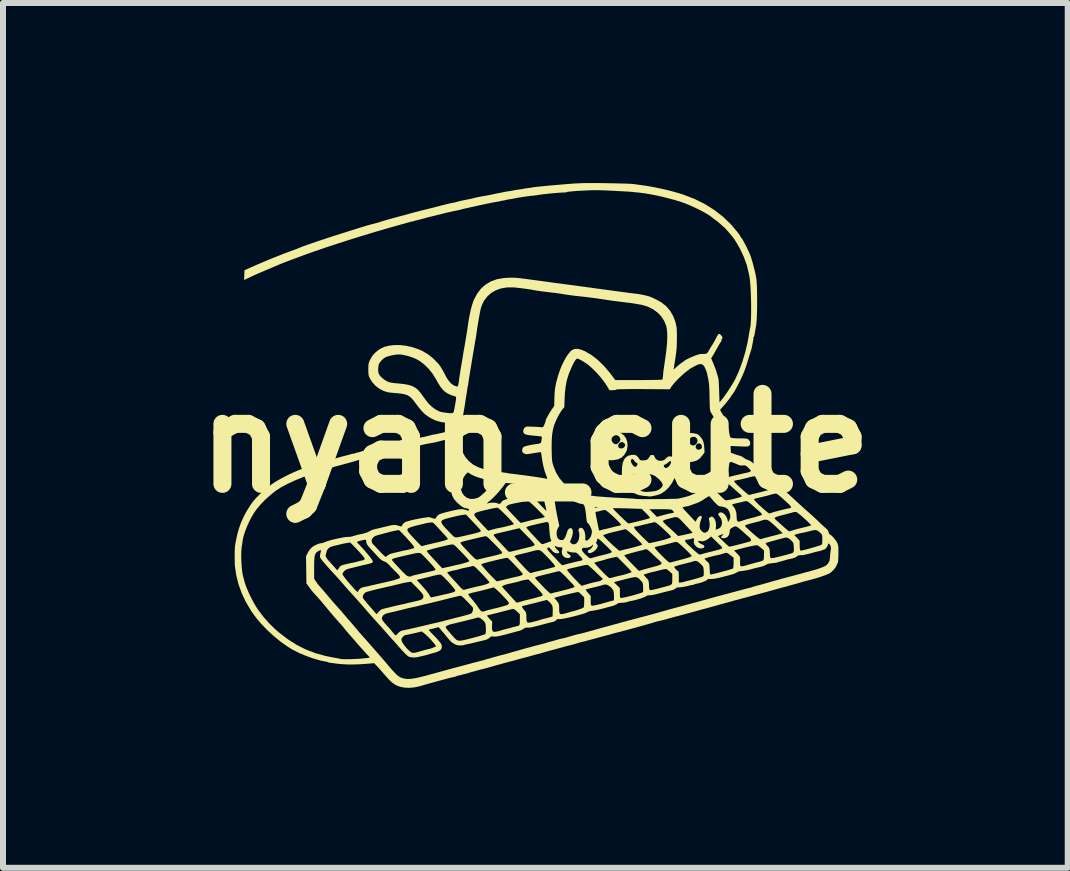
<source format=kicad_pcb>
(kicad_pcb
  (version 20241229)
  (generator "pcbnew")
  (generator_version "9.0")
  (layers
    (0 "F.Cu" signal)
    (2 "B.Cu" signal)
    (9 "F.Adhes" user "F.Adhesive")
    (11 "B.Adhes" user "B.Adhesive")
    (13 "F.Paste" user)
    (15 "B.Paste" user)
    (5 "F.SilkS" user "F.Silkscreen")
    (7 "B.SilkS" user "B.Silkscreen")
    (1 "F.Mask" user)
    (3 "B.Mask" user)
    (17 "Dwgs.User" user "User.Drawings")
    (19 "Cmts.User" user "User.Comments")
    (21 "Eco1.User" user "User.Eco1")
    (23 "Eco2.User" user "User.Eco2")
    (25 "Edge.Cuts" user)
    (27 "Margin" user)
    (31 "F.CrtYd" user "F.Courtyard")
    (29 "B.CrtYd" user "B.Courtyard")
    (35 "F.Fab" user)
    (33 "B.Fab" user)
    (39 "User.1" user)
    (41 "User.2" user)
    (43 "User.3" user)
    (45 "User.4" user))
  (footprint "nyan_cute"
    (layer "F.Cu")
    (at 5.871 4.335)
    (property "Reference" "nyan_cute" (at 0 0 0) (layer "F.SilkS") (effects (font (size 1.5 1.5) (thickness 0.3))))
    (attr board_only exclude_from_pos_files exclude_from_bom)
    (fp_poly (pts (xy -2.223 -1.473) (xy -2.227 -1.468) (xy -2.232 -1.473) (xy -2.227 -1.478)) (stroke (width 0) (type solid)) (fill yes) (layer "F.SilkS"))
    (fp_poly (pts (xy 1.369 -0.192) (xy 1.429 -0.167) (xy 1.477 -0.129) (xy 1.512 -0.079) (xy 1.532 -0.019) (xy 1.537 0.045) (xy 1.527 0.11) (xy 1.517 0.136) (xy 1.482 0.196) (xy 1.436 0.241) (xy 1.378 0.269) (xy 1.308 0.282) (xy 1.303 0.283) (xy 1.264 0.284) (xy 1.231 0.283) (xy 1.21 0.28) (xy 1.152 0.254) (xy 1.104 0.214) (xy 1.07 0.162) (xy 1.05 0.102) (xy 1.046 0.043) (xy 1.379 0.043) (xy 1.387 0.069) (xy 1.408 0.084) (xy 1.435 0.089) (xy 1.463 0.081) (xy 1.478 0.069) (xy 1.493 0.048) (xy 1.498 0.03) (xy 1.49 0.01) (xy 1.47 -0.009) (xy 1.446 -0.019) (xy 1.439 -0.02) (xy 1.414 -0.011) (xy 1.392 0.01) (xy 1.38 0.036) (xy 1.379 0.043) (xy 1.046 0.043) (xy 1.045 0.037) (xy 1.056 -0.023) (xy 1.076 -0.068) (xy 1.076 -0.069) (xy 1.27 -0.069) (xy 1.274 -0.035) (xy 1.294 -0.005) (xy 1.325 0.016) (xy 1.355 0.017) (xy 1.385 -0.002) (xy 1.393 -0.011) (xy 1.412 -0.038) (xy 1.418 -0.06) (xy 1.411 -0.087) (xy 1.408 -0.093) (xy 1.385 -0.121) (xy 1.354 -0.133) (xy 1.319 -0.128) (xy 1.312 -0.125) (xy 1.282 -0.101) (xy 1.27 -0.069) (xy 1.076 -0.069) (xy 1.106 -0.114) (xy 1.143 -0.153) (xy 1.177 -0.177) (xy 1.238 -0.198) (xy 1.304 -0.203)) (stroke (width 0) (type solid)) (fill yes) (layer "F.SilkS"))
    (fp_poly (pts (xy 2.627 -0.167) (xy 2.687 -0.155) (xy 2.713 -0.142) (xy 2.743 -0.116) (xy 2.77 -0.083) (xy 2.787 -0.055) (xy 2.803 -0.014) (xy 2.812 0.036) (xy 2.815 0.073) (xy 2.82 0.154) (xy 2.782 0.207) (xy 2.737 0.258) (xy 2.687 0.291) (xy 2.628 0.309) (xy 2.585 0.314) (xy 2.535 0.313) (xy 2.499 0.307) (xy 2.485 0.301) (xy 2.438 0.268) (xy 2.395 0.224) (xy 2.369 0.184) (xy 2.358 0.154) (xy 2.349 0.118) (xy 2.344 0.08) (xy 2.342 0.047) (xy 2.343 0.045) (xy 2.673 0.045) (xy 2.673 0.073) (xy 2.677 0.083) (xy 2.695 0.103) (xy 2.722 0.11) (xy 2.75 0.103) (xy 2.763 0.094) (xy 2.776 0.067) (xy 2.774 0.038) (xy 2.759 0.016) (xy 2.733 0.003) (xy 2.708 0.006) (xy 2.686 0.021) (xy 2.673 0.045) (xy 2.343 0.045) (xy 2.345 0.023) (xy 2.35 0.016) (xy 2.36 0.001) (xy 2.361 -0.011) (xy 2.367 -0.031) (xy 2.561 -0.031) (xy 2.569 -0.000491) (xy 2.59 0.024) (xy 2.619 0.038) (xy 2.634 0.04) (xy 2.655 0.033) (xy 2.678 0.016) (xy 2.679 0.015) (xy 2.699 -0.017) (xy 2.702 -0.049) (xy 2.693 -0.076) (xy 2.672 -0.097) (xy 2.645 -0.107) (xy 2.613 -0.104) (xy 2.586 -0.089) (xy 2.566 -0.062) (xy 2.561 -0.031) (xy 2.367 -0.031) (xy 2.369 -0.038) (xy 2.387 -0.071) (xy 2.414 -0.103) (xy 2.415 -0.104) (xy 2.46 -0.14) (xy 2.508 -0.162) (xy 2.562 -0.17)) (stroke (width 0) (type solid)) (fill yes) (layer "F.SilkS"))
    (fp_poly (pts (xy 1.655 0.195) (xy 1.689 0.209) (xy 1.717 0.24) (xy 1.726 0.254) (xy 1.739 0.274) (xy 1.753 0.284) (xy 1.775 0.287) (xy 1.798 0.287) (xy 1.842 0.283) (xy 1.873 0.267) (xy 1.898 0.236) (xy 1.905 0.223) (xy 1.917 0.204) (xy 1.927 0.197) (xy 1.927 0.197) (xy 1.942 0.198) (xy 1.958 0.198) (xy 1.977 0.203) (xy 1.986 0.222) (xy 1.988 0.228) (xy 2.004 0.26) (xy 2.034 0.283) (xy 2.074 0.294) (xy 2.103 0.293) (xy 2.138 0.285) (xy 2.163 0.268) (xy 2.176 0.253) (xy 2.208 0.226) (xy 2.243 0.218) (xy 2.284 0.229) (xy 2.299 0.238) (xy 2.337 0.272) (xy 2.36 0.319) (xy 2.368 0.379) (xy 2.36 0.451) (xy 2.352 0.487) (xy 2.321 0.578) (xy 2.278 0.662) (xy 2.226 0.735) (xy 2.165 0.795) (xy 2.099 0.839) (xy 2.09 0.844) (xy 2.061 0.855) (xy 2.024 0.866) (xy 1.984 0.876) (xy 1.946 0.884) (xy 1.914 0.888) (xy 1.895 0.889) (xy 1.893 0.888) (xy 1.882 0.886) (xy 1.857 0.883) (xy 1.822 0.88) (xy 1.815 0.88) (xy 1.724 0.865) (xy 1.646 0.834) (xy 1.578 0.788) (xy 1.521 0.724) (xy 1.475 0.645) (xy 1.46 0.61) (xy 1.453 0.588) (xy 1.562 0.588) (xy 1.564 0.62) (xy 1.58 0.657) (xy 1.608 0.696) (xy 1.645 0.733) (xy 1.687 0.765) (xy 1.731 0.789) (xy 1.774 0.801) (xy 1.774 0.801) (xy 1.799 0.805) (xy 1.815 0.81) (xy 1.816 0.811) (xy 1.828 0.813) (xy 1.855 0.813) (xy 1.891 0.81) (xy 1.931 0.807) (xy 1.97 0.802) (xy 2.002 0.797) (xy 2.017 0.793) (xy 2.056 0.776) (xy 2.09 0.752) (xy 2.114 0.723) (xy 2.123 0.694) (xy 2.123 0.694) (xy 2.115 0.669) (xy 2.094 0.638) (xy 2.064 0.604) (xy 2.028 0.573) (xy 1.991 0.546) (xy 1.973 0.537) (xy 1.943 0.525) (xy 1.91 0.516) (xy 1.877 0.509) (xy 1.85 0.506) (xy 1.832 0.508) (xy 1.83 0.514) (xy 1.832 0.525) (xy 1.821 0.523) (xy 1.8 0.512) (xy 1.797 0.509) (xy 1.762 0.496) (xy 1.719 0.494) (xy 1.673 0.503) (xy 1.629 0.52) (xy 1.593 0.544) (xy 1.568 0.573) (xy 1.562 0.588) (xy 1.453 0.588) (xy 1.45 0.58) (xy 1.445 0.546) (xy 1.443 0.503) (xy 1.442 0.488) (xy 1.445 0.401) (xy 1.456 0.33) (xy 1.467 0.303) (xy 1.591 0.303) (xy 1.602 0.333) (xy 1.626 0.369) (xy 1.631 0.375) (xy 1.653 0.393) (xy 1.672 0.394) (xy 1.691 0.377) (xy 1.693 0.375) (xy 2.139 0.375) (xy 2.145 0.392) (xy 2.162 0.412) (xy 2.184 0.414) (xy 2.214 0.397) (xy 2.222 0.389) (xy 2.241 0.367) (xy 2.255 0.341) (xy 2.261 0.318) (xy 2.259 0.302) (xy 2.25 0.298) (xy 2.233 0.305) (xy 2.217 0.319) (xy 2.194 0.338) (xy 2.166 0.354) (xy 2.145 0.364) (xy 2.139 0.375) (xy 1.693 0.375) (xy 1.702 0.357) (xy 1.701 0.338) (xy 1.689 0.328) (xy 1.685 0.327) (xy 1.672 0.32) (xy 1.654 0.301) (xy 1.648 0.292) (xy 1.628 0.268) (xy 1.613 0.262) (xy 1.598 0.274) (xy 1.594 0.28) (xy 1.591 0.303) (xy 1.467 0.303) (xy 1.477 0.276) (xy 1.508 0.236) (xy 1.55 0.209) (xy 1.604 0.195) (xy 1.61 0.194)) (stroke (width 0) (type solid)) (fill yes) (layer "F.SilkS"))
    (fp_poly (pts (xy 1.075 -4.334) (xy 1.185 -4.332) (xy 1.275 -4.331) (xy 1.36 -4.329) (xy 1.439 -4.327) (xy 1.509 -4.325) (xy 1.567 -4.323) (xy 1.611 -4.32) (xy 1.638 -4.318) (xy 1.642 -4.317) (xy 1.681 -4.312) (xy 1.73 -4.305) (xy 1.78 -4.298) (xy 1.791 -4.297) (xy 1.9 -4.28) (xy 2.021 -4.257) (xy 2.147 -4.23) (xy 2.272 -4.199) (xy 2.389 -4.166) (xy 2.466 -4.142) (xy 2.651 -4.071) (xy 2.824 -3.985) (xy 2.984 -3.885) (xy 3.13 -3.771) (xy 3.261 -3.645) (xy 3.378 -3.505) (xy 3.383 -3.498) (xy 3.403 -3.469) (xy 3.418 -3.446) (xy 3.423 -3.433) (xy 3.429 -3.423) (xy 3.432 -3.423) (xy 3.439 -3.415) (xy 3.454 -3.392) (xy 3.473 -3.358) (xy 3.495 -3.316) (xy 3.519 -3.27) (xy 3.541 -3.224) (xy 3.562 -3.18) (xy 3.576 -3.147) (xy 3.592 -3.105) (xy 3.609 -3.049) (xy 3.628 -2.983) (xy 3.646 -2.913) (xy 3.663 -2.844) (xy 3.676 -2.78) (xy 3.683 -2.743) (xy 3.687 -2.702) (xy 3.691 -2.644) (xy 3.694 -2.574) (xy 3.695 -2.495) (xy 3.696 -2.41) (xy 3.696 -2.322) (xy 3.695 -2.236) (xy 3.693 -2.155) (xy 3.69 -2.082) (xy 3.686 -2.02) (xy 3.681 -1.973) (xy 3.679 -1.96) (xy 3.671 -1.913) (xy 3.663 -1.869) (xy 3.657 -1.834) (xy 3.656 -1.826) (xy 3.65 -1.796) (xy 3.642 -1.773) (xy 3.639 -1.769) (xy 3.633 -1.758) (xy 3.634 -1.756) (xy 3.635 -1.747) (xy 3.632 -1.724) (xy 3.626 -1.69) (xy 3.625 -1.684) (xy 3.617 -1.645) (xy 3.61 -1.611) (xy 3.606 -1.588) (xy 3.606 -1.587) (xy 3.599 -1.562) (xy 3.589 -1.53) (xy 3.587 -1.523) (xy 3.578 -1.495) (xy 3.565 -1.455) (xy 3.552 -1.411) (xy 3.547 -1.394) (xy 3.528 -1.332) (xy 3.513 -1.284) (xy 3.498 -1.242) (xy 3.483 -1.2) (xy 3.464 -1.153) (xy 3.463 -1.153) (xy 3.442 -1.104) (xy 3.417 -1.051) (xy 3.389 -0.995) (xy 3.361 -0.941) (xy 3.335 -0.892) (xy 3.311 -0.852) (xy 3.293 -0.824) (xy 3.284 -0.814) (xy 3.276 -0.803) (xy 3.262 -0.781) (xy 3.254 -0.769) (xy 3.238 -0.745) (xy 3.212 -0.712) (xy 3.182 -0.674) (xy 3.15 -0.636) (xy 3.121 -0.603) (xy 3.098 -0.578) (xy 3.088 -0.568) (xy 3.081 -0.559) (xy 3.082 -0.547) (xy 3.093 -0.525) (xy 3.105 -0.507) (xy 3.14 -0.447) (xy 3.171 -0.38) (xy 3.198 -0.313) (xy 3.216 -0.253) (xy 3.221 -0.228) (xy 3.224 -0.211) (xy 3.229 -0.181) (xy 3.235 -0.152) (xy 3.242 -0.119) (xy 3.249 -0.1) (xy 3.259 -0.091) (xy 3.277 -0.087) (xy 3.283 -0.086) (xy 3.308 -0.083) (xy 3.347 -0.081) (xy 3.393 -0.08) (xy 3.424 -0.079) (xy 3.472 -0.079) (xy 3.505 -0.077) (xy 3.526 -0.074) (xy 3.542 -0.067) (xy 3.555 -0.057) (xy 3.576 -0.029) (xy 3.582 0.003) (xy 3.572 0.033) (xy 3.563 0.044) (xy 3.554 0.05) (xy 3.541 0.054) (xy 3.521 0.056) (xy 3.49 0.057) (xy 3.446 0.055) (xy 3.399 0.053) (xy 3.253 0.047) (xy 3.256 0.103) (xy 3.259 0.16) (xy 3.314 0.18) (xy 3.352 0.193) (xy 3.391 0.205) (xy 3.408 0.21) (xy 3.441 0.222) (xy 3.469 0.24) (xy 3.473 0.243) (xy 3.499 0.262) (xy 3.527 0.274) (xy 3.583 0.297) (xy 3.632 0.335) (xy 3.672 0.385) (xy 3.686 0.414) (xy 3.7 0.438) (xy 3.719 0.446) (xy 3.725 0.446) (xy 3.755 0.454) (xy 3.792 0.473) (xy 3.833 0.502) (xy 3.863 0.528) (xy 3.893 0.556) (xy 3.924 0.585) (xy 3.931 0.59) (xy 3.97 0.625) (xy 4.019 0.668) (xy 4.074 0.718) (xy 4.132 0.77) (xy 4.189 0.821) (xy 4.241 0.869) (xy 4.285 0.909) (xy 4.311 0.933) (xy 4.345 0.965) (xy 4.39 1.006) (xy 4.441 1.052) (xy 4.494 1.1) (xy 4.534 1.136) (xy 4.583 1.179) (xy 4.631 1.222) (xy 4.673 1.261) (xy 4.707 1.294) (xy 4.728 1.314) (xy 4.763 1.348) (xy 4.802 1.384) (xy 4.829 1.407) (xy 4.862 1.437) (xy 4.88 1.463) (xy 4.887 1.484) (xy 4.893 1.506) (xy 4.9 1.518) (xy 4.901 1.518) (xy 4.917 1.526) (xy 4.941 1.545) (xy 4.967 1.572) (xy 4.994 1.604) (xy 5.016 1.634) (xy 5.026 1.652) (xy 5.036 1.675) (xy 5.044 1.696) (xy 5.048 1.719) (xy 5.05 1.749) (xy 5.051 1.791) (xy 5.051 1.84) (xy 5.05 1.891) (xy 5.048 1.936) (xy 5.045 1.97) (xy 5.042 1.99) (xy 5.041 1.992) (xy 5.031 2.012) (xy 5.019 2.04) (xy 5.017 2.044) (xy 4.995 2.081) (xy 4.962 2.12) (xy 4.926 2.153) (xy 4.911 2.164) (xy 4.876 2.182) (xy 4.824 2.203) (xy 4.759 2.226) (xy 4.685 2.249) (xy 4.604 2.272) (xy 4.564 2.282) (xy 4.522 2.293) (xy 4.483 2.303) (xy 4.455 2.311) (xy 4.45 2.313) (xy 4.429 2.319) (xy 4.394 2.329) (xy 4.35 2.342) (xy 4.299 2.356) (xy 4.248 2.37) (xy 4.199 2.384) (xy 4.157 2.395) (xy 4.127 2.403) (xy 4.113 2.406) (xy 4.096 2.411) (xy 4.064 2.42) (xy 4.025 2.431) (xy 4.009 2.435) (xy 3.958 2.45) (xy 3.903 2.465) (xy 3.855 2.479) (xy 3.85 2.48) (xy 3.811 2.49) (xy 3.76 2.504) (xy 3.702 2.519) (xy 3.645 2.535) (xy 3.641 2.536) (xy 3.57 2.555) (xy 3.499 2.574) (xy 3.434 2.591) (xy 3.38 2.606) (xy 3.344 2.615) (xy 3.326 2.62) (xy 3.297 2.628) (xy 3.279 2.633) (xy 3.239 2.645) (xy 3.194 2.657) (xy 3.175 2.662) (xy 3.143 2.671) (xy 3.098 2.683) (xy 3.047 2.698) (xy 3.006 2.709) (xy 2.951 2.724) (xy 2.891 2.741) (xy 2.837 2.755) (xy 2.808 2.763) (xy 2.771 2.773) (xy 2.719 2.787) (xy 2.658 2.804) (xy 2.593 2.822) (xy 2.535 2.838) (xy 2.476 2.854) (xy 2.423 2.868) (xy 2.379 2.88) (xy 2.347 2.888) (xy 2.331 2.892) (xy 2.33 2.892) (xy 2.311 2.897) (xy 2.282 2.905) (xy 2.276 2.907) (xy 2.228 2.92) (xy 2.179 2.934) (xy 2.132 2.947) (xy 2.093 2.956) (xy 2.067 2.962) (xy 2.064 2.963) (xy 2.041 2.968) (xy 2.007 2.977) (xy 1.979 2.986) (xy 1.925 3.002) (xy 1.856 3.022) (xy 1.777 3.044) (xy 1.691 3.068) (xy 1.603 3.092) (xy 1.518 3.115) (xy 1.439 3.136) (xy 1.381 3.151) (xy 1.332 3.163) (xy 1.291 3.175) (xy 1.26 3.183) (xy 1.243 3.188) (xy 1.242 3.189) (xy 1.227 3.194) (xy 1.208 3.198) (xy 1.188 3.203) (xy 1.154 3.212) (xy 1.112 3.223) (xy 1.075 3.233) (xy 1.021 3.248) (xy 0.962 3.264) (xy 0.903 3.28) (xy 0.848 3.295) (xy 0.801 3.307) (xy 0.765 3.316) (xy 0.749 3.319) (xy 0.724 3.326) (xy 0.704 3.333) (xy 0.682 3.34) (xy 0.647 3.35) (xy 0.607 3.361) (xy 0.567 3.371) (xy 0.535 3.379) (xy 0.532 3.379) (xy 0.511 3.384) (xy 0.481 3.393) (xy 0.467 3.397) (xy 0.438 3.405) (xy 0.396 3.417) (xy 0.348 3.43) (xy 0.318 3.438) (xy 0.263 3.452) (xy 0.205 3.468) (xy 0.152 3.483) (xy 0.132 3.489) (xy 0.092 3.501) (xy 0.058 3.51) (xy 0.035 3.516) (xy 0.031 3.517) (xy 0.013 3.521) (xy -0.018 3.53) (xy -0.055 3.54) (xy -0.056 3.54) (xy -0.097 3.552) (xy -0.148 3.566) (xy -0.202 3.58) (xy -0.223 3.586) (xy -0.27 3.598) (xy -0.314 3.61) (xy -0.349 3.62) (xy -0.362 3.624) (xy -0.389 3.631) (xy -0.409 3.636) (xy -0.412 3.637) (xy -0.43 3.641) (xy -0.463 3.65) (xy -0.507 3.662) (xy -0.558 3.676) (xy -0.611 3.691) (xy -0.664 3.705) (xy -0.711 3.719) (xy -0.724 3.723) (xy -0.768 3.735) (xy -0.806 3.746) (xy -0.833 3.753) (xy -0.843 3.756) (xy -0.877 3.764) (xy -0.922 3.775) (xy -0.971 3.789) (xy -1.019 3.802) (xy -1.062 3.814) (xy -1.092 3.823) (xy -1.097 3.824) (xy -1.129 3.835) (xy -1.156 3.842) (xy -1.163 3.844) (xy -1.212 3.855) (xy -1.258 3.868) (xy -1.279 3.873) (xy -1.29 3.873) (xy -1.29 3.873) (xy -1.296 3.873) (xy -1.302 3.877) (xy -1.321 3.886) (xy -1.344 3.893) (xy -1.371 3.899) (xy -1.415 3.909) (xy -1.472 3.924) (xy -1.542 3.943) (xy -1.621 3.964) (xy -1.707 3.988) (xy -1.797 4.013) (xy -1.89 4.04) (xy -1.94 4.054) (xy -2.017 4.07) (xy -2.099 4.077) (xy -2.178 4.074) (xy -2.24 4.063) (xy -2.287 4.048) (xy -2.329 4.029) (xy -2.369 4.003) (xy -2.41 3.969) (xy -2.454 3.924) (xy -2.506 3.865) (xy -2.524 3.845) (xy -2.558 3.805) (xy -2.596 3.762) (xy -2.629 3.726) (xy -2.634 3.721) (xy -2.686 3.666) (xy -2.764 3.673) (xy -2.897 3.683) (xy -3.015 3.688) (xy -3.121 3.688) (xy -3.219 3.683) (xy -3.289 3.677) (xy -3.341 3.67) (xy -3.387 3.664) (xy -3.423 3.659) (xy -3.444 3.655) (xy -3.448 3.653) (xy -3.465 3.646) (xy -3.468 3.645) (xy -3.578 3.623) (xy -3.697 3.589) (xy -3.818 3.546) (xy -3.935 3.497) (xy -4.044 3.442) (xy -4.12 3.396) (xy -4.237 3.314) (xy -4.351 3.221) (xy -4.461 3.121) (xy -4.563 3.016) (xy -4.653 2.91) (xy -4.728 2.807) (xy -4.734 2.798) (xy -4.822 2.649) (xy -4.892 2.503) (xy -4.945 2.356) (xy -4.983 2.206) (xy -5.005 2.061) (xy -5.008 2.026) (xy -5.009 1.979) (xy -5.01 1.923) (xy -5.01 1.866) (xy -5.01 1.841) (xy -4.901 1.841) (xy -4.901 1.913) (xy -4.898 1.988) (xy -4.893 2.063) (xy -4.886 2.131) (xy -4.877 2.19) (xy -4.867 2.234) (xy -4.864 2.242) (xy -4.859 2.255) (xy -4.856 2.266) (xy -4.852 2.285) (xy -4.848 2.302) (xy -4.832 2.356) (xy -4.807 2.421) (xy -4.775 2.495) (xy -4.739 2.571) (xy -4.7 2.645) (xy -4.661 2.713) (xy -4.624 2.771) (xy -4.617 2.781) (xy -4.526 2.9) (xy -4.434 3.004) (xy -4.335 3.1) (xy -4.272 3.155) (xy -4.127 3.266) (xy -3.98 3.36) (xy -3.827 3.437) (xy -3.666 3.499) (xy -3.493 3.547) (xy -3.368 3.572) (xy -3.323 3.58) (xy -3.285 3.587) (xy -3.259 3.592) (xy -3.248 3.595) (xy -3.248 3.595) (xy -3.235 3.598) (xy -3.206 3.599) (xy -3.164 3.6) (xy -3.114 3.6) (xy -3.058 3.599) (xy -3.001 3.596) (xy -2.946 3.594) (xy -2.91 3.591) (xy -2.845 3.585) (xy -2.799 3.58) (xy -2.771 3.574) (xy -2.759 3.569) (xy -2.761 3.563) (xy -2.766 3.56) (xy -2.775 3.552) (xy -2.795 3.531) (xy -2.824 3.5) (xy -2.858 3.462) (xy -2.896 3.42) (xy -2.936 3.375) (xy -2.974 3.331) (xy -3.002 3.299) (xy -3.033 3.262) (xy -3.065 3.226) (xy -3.091 3.196) (xy -3.097 3.19) (xy -3.122 3.161) (xy -3.153 3.125) (xy -3.181 3.091) (xy -3.204 3.062) (xy -3.223 3.039) (xy -3.233 3.027) (xy -3.234 3.026) (xy -3.247 3.012) (xy -3.271 2.986) (xy -3.303 2.949) (xy -3.342 2.905) (xy -3.384 2.856) (xy -3.427 2.805) (xy -3.47 2.754) (xy -3.51 2.706) (xy -3.546 2.663) (xy -3.559 2.646) (xy -3.582 2.62) (xy -3.612 2.585) (xy -3.644 2.55) (xy -3.649 2.545) (xy -3.681 2.51) (xy -3.705 2.483) (xy -3.725 2.459) (xy -3.746 2.431) (xy -3.774 2.393) (xy -3.775 2.391) (xy -3.815 2.337) (xy -3.816 2.258) (xy -3.686 2.258) (xy -3.654 2.307) (xy -3.63 2.342) (xy -3.603 2.376) (xy -3.589 2.392) (xy -3.57 2.413) (xy -3.542 2.445) (xy -3.509 2.484) (xy -3.478 2.52) (xy -3.418 2.591) (xy -3.368 2.649) (xy -3.327 2.696) (xy -3.292 2.735) (xy -3.261 2.769) (xy -3.243 2.789) (xy -3.228 2.805) (xy -3.206 2.832) (xy -3.181 2.862) (xy -3.179 2.864) (xy -3.15 2.899) (xy -3.119 2.935) (xy -3.095 2.961) (xy -3.071 2.989) (xy -3.04 3.025) (xy -3.009 3.062) (xy -3.004 3.068) (xy -2.971 3.107) (xy -2.933 3.152) (xy -2.894 3.196) (xy -2.885 3.206) (xy -2.795 3.308) (xy -2.706 3.409) (xy -2.621 3.506) (xy -2.544 3.595) (xy -2.477 3.673) (xy -2.477 3.674) (xy -2.421 3.74) (xy -2.375 3.792) (xy -2.337 3.832) (xy -2.307 3.862) (xy -2.28 3.883) (xy -2.257 3.898) (xy -2.234 3.909) (xy -2.226 3.912) (xy -2.185 3.923) (xy -2.142 3.929) (xy -2.094 3.929) (xy -2.039 3.923) (xy -1.972 3.911) (xy -1.893 3.892) (xy -1.825 3.875) (xy -1.758 3.856) (xy -1.69 3.838) (xy -1.628 3.821) (xy -1.574 3.806) (xy -1.535 3.795) (xy -1.533 3.795) (xy -1.492 3.783) (xy -1.438 3.769) (xy -1.375 3.752) (xy -1.311 3.734) (xy -1.275 3.725) (xy -1.219 3.71) (xy -1.169 3.697) (xy -1.129 3.686) (xy -1.102 3.679) (xy -1.091 3.676) (xy -1.059 3.667) (xy -1.018 3.656) (xy -0.974 3.645) (xy -0.931 3.634) (xy -0.895 3.624) (xy -0.869 3.618) (xy -0.861 3.616) (xy -0.841 3.611) (xy -0.835 3.608) (xy -0.82 3.602) (xy -0.803 3.597) (xy -0.784 3.593) (xy -0.75 3.584) (xy -0.709 3.572) (xy -0.675 3.562) (xy -0.629 3.549) (xy -0.588 3.538) (xy -0.557 3.53) (xy -0.543 3.527) (xy -0.521 3.522) (xy -0.486 3.512) (xy -0.446 3.501) (xy -0.439 3.499) (xy -0.391 3.484) (xy -0.34 3.47) (xy -0.298 3.458) (xy -0.256 3.446) (xy -0.213 3.434) (xy -0.188 3.427) (xy -0.155 3.417) (xy -0.127 3.41) (xy -0.119 3.408) (xy -0.093 3.402) (xy -0.064 3.393) (xy -0.036 3.385) (xy -0.014 3.379) (xy 0.009 3.374) (xy 0.043 3.365) (xy 0.083 3.355) (xy 0.124 3.344) (xy 0.161 3.334) (xy 0.19 3.325) (xy 0.206 3.32) (xy 0.207 3.32) (xy 0.222 3.314) (xy 0.239 3.31) (xy 0.261 3.305) (xy 0.294 3.296) (xy 0.332 3.285) (xy 0.371 3.274) (xy 0.407 3.264) (xy 0.43 3.259) (xy 0.459 3.253) (xy 0.495 3.244) (xy 0.511 3.24) (xy 0.582 3.219) (xy 0.636 3.204) (xy 0.677 3.192) (xy 0.705 3.185) (xy 0.725 3.18) (xy 0.734 3.179) (xy 0.749 3.176) (xy 0.771 3.17) (xy 0.802 3.162) (xy 0.846 3.151) (xy 0.902 3.135) (xy 0.975 3.115) (xy 1.027 3.1) (xy 1.088 3.083) (xy 1.157 3.064) (xy 1.223 3.046) (xy 1.26 3.036) (xy 1.311 3.022) (xy 1.361 3.009) (xy 1.403 2.997) (xy 1.427 2.99) (xy 1.459 2.981) (xy 1.486 2.974) (xy 1.496 2.972) (xy 1.518 2.966) (xy 1.54 2.958) (xy 1.56 2.952) (xy 1.568 2.952) (xy 1.568 2.952) (xy 1.576 2.952) (xy 1.593 2.947) (xy 1.621 2.938) (xy 1.64 2.933) (xy 1.657 2.929) (xy 1.691 2.92) (xy 1.735 2.908) (xy 1.788 2.894) (xy 1.845 2.879) (xy 1.903 2.863) (xy 1.957 2.849) (xy 2.005 2.835) (xy 2.042 2.825) (xy 2.054 2.821) (xy 2.086 2.812) (xy 2.135 2.799) (xy 2.196 2.782) (xy 2.266 2.762) (xy 2.344 2.741) (xy 2.424 2.72) (xy 2.504 2.698) (xy 2.581 2.677) (xy 2.609 2.67) (xy 2.665 2.655) (xy 2.718 2.641) (xy 2.763 2.628) (xy 2.796 2.619) (xy 2.803 2.617) (xy 2.843 2.606) (xy 2.899 2.59) (xy 2.968 2.571) (xy 3.046 2.55) (xy 3.129 2.528) (xy 3.145 2.523) (xy 3.189 2.512) (xy 3.23 2.501) (xy 3.26 2.493) (xy 3.269 2.49) (xy 3.29 2.485) (xy 3.326 2.475) (xy 3.37 2.463) (xy 3.418 2.451) (xy 3.465 2.438) (xy 3.506 2.427) (xy 3.536 2.42) (xy 3.552 2.416) (xy 3.552 2.416) (xy 3.567 2.412) (xy 3.569 2.412) (xy 3.579 2.41) (xy 3.593 2.406) (xy 3.612 2.399) (xy 3.639 2.39) (xy 3.656 2.385) (xy 3.677 2.38) (xy 3.686 2.377) (xy 3.701 2.373) (xy 3.727 2.366) (xy 3.741 2.363) (xy 3.779 2.352) (xy 3.821 2.34) (xy 3.835 2.336) (xy 3.869 2.327) (xy 3.913 2.314) (xy 3.965 2.299) (xy 4.021 2.284) (xy 4.076 2.269) (xy 4.127 2.254) (xy 4.172 2.242) (xy 4.205 2.233) (xy 4.224 2.228) (xy 4.227 2.227) (xy 4.246 2.223) (xy 4.278 2.214) (xy 4.32 2.203) (xy 4.365 2.191) (xy 4.409 2.179) (xy 4.445 2.169) (xy 4.451 2.167) (xy 4.485 2.158) (xy 4.514 2.15) (xy 4.524 2.148) (xy 4.55 2.142) (xy 4.579 2.133) (xy 4.607 2.125) (xy 4.63 2.119) (xy 4.668 2.108) (xy 4.713 2.094) (xy 4.76 2.077) (xy 4.803 2.06) (xy 4.834 2.045) (xy 4.843 2.039) (xy 4.88 2.004) (xy 4.903 1.956) (xy 4.911 1.895) (xy 4.911 1.891) (xy 4.913 1.849) (xy 4.919 1.807) (xy 4.922 1.79) (xy 4.927 1.743) (xy 4.916 1.702) (xy 4.895 1.676) (xy 4.885 1.671) (xy 4.878 1.682) (xy 4.876 1.694) (xy 4.864 1.723) (xy 4.844 1.751) (xy 4.821 1.77) (xy 4.803 1.776) (xy 4.784 1.78) (xy 4.778 1.783) (xy 4.766 1.791) (xy 4.764 1.791) (xy 4.751 1.794) (xy 4.726 1.8) (xy 4.707 1.804) (xy 4.675 1.812) (xy 4.65 1.818) (xy 4.642 1.82) (xy 4.62 1.826) (xy 4.614 1.828) (xy 4.596 1.834) (xy 4.567 1.841) (xy 4.549 1.845) (xy 4.516 1.853) (xy 4.489 1.86) (xy 4.48 1.863) (xy 4.457 1.866) (xy 4.426 1.867) (xy 4.419 1.867) (xy 4.384 1.871) (xy 4.361 1.885) (xy 4.36 1.886) (xy 4.335 1.903) (xy 4.293 1.918) (xy 4.239 1.931) (xy 4.237 1.931) (xy 4.213 1.936) (xy 4.18 1.945) (xy 4.157 1.952) (xy 4.121 1.962) (xy 4.099 1.969) (xy 4.083 1.973) (xy 4.069 1.976) (xy 4.06 1.978) (xy 4.039 1.985) (xy 4.029 1.989) (xy 4.015 1.992) (xy 3.988 1.996) (xy 3.952 2) (xy 3.947 2.001) (xy 3.91 2.005) (xy 3.878 2.011) (xy 3.86 2.018) (xy 3.86 2.018) (xy 3.811 2.045) (xy 3.745 2.064) (xy 3.725 2.068) (xy 3.702 2.073) (xy 3.666 2.082) (xy 3.623 2.093) (xy 3.601 2.1) (xy 3.551 2.112) (xy 3.5 2.122) (xy 3.456 2.129) (xy 3.443 2.13) (xy 3.398 2.136) (xy 3.368 2.147) (xy 3.357 2.154) (xy 3.339 2.165) (xy 3.304 2.179) (xy 3.258 2.193) (xy 3.219 2.204) (xy 3.169 2.216) (xy 3.124 2.228) (xy 3.087 2.237) (xy 3.066 2.243) (xy 2.981 2.26) (xy 2.91 2.264) (xy 2.884 2.265) (xy 2.869 2.269) (xy 2.867 2.272) (xy 2.859 2.282) (xy 2.835 2.295) (xy 2.802 2.309) (xy 2.763 2.323) (xy 2.724 2.334) (xy 2.69 2.342) (xy 2.676 2.344) (xy 2.657 2.348) (xy 2.649 2.355) (xy 2.645 2.36) (xy 2.643 2.359) (xy 2.632 2.359) (xy 2.606 2.364) (xy 2.57 2.372) (xy 2.552 2.377) (xy 2.505 2.388) (xy 2.457 2.397) (xy 2.417 2.401) (xy 2.41 2.401) (xy 2.37 2.404) (xy 2.346 2.412) (xy 2.341 2.417) (xy 2.32 2.434) (xy 2.286 2.448) (xy 2.236 2.461) (xy 2.232 2.462) (xy 2.202 2.469) (xy 2.172 2.476) (xy 2.137 2.484) (xy 2.094 2.496) (xy 2.036 2.511) (xy 2.026 2.514) (xy 1.981 2.524) (xy 1.94 2.532) (xy 1.908 2.535) (xy 1.899 2.535) (xy 1.865 2.538) (xy 1.847 2.55) (xy 1.831 2.56) (xy 1.8 2.572) (xy 1.76 2.587) (xy 1.714 2.601) (xy 1.669 2.614) (xy 1.627 2.624) (xy 1.596 2.629) (xy 1.585 2.63) (xy 1.572 2.633) (xy 1.548 2.641) (xy 1.536 2.645) (xy 1.5 2.654) (xy 1.457 2.66) (xy 1.439 2.66) (xy 1.408 2.662) (xy 1.386 2.665) (xy 1.379 2.667) (xy 1.363 2.68) (xy 1.334 2.695) (xy 1.301 2.709) (xy 1.274 2.717) (xy 1.249 2.723) (xy 1.21 2.733) (xy 1.163 2.746) (xy 1.117 2.758) (xy 1.065 2.771) (xy 1.015 2.782) (xy 0.972 2.79) (xy 0.945 2.793) (xy 0.901 2.801) (xy 0.867 2.815) (xy 0.864 2.817) (xy 0.843 2.828) (xy 0.806 2.841) (xy 0.757 2.855) (xy 0.7 2.871) (xy 0.639 2.887) (xy 0.577 2.902) (xy 0.519 2.915) (xy 0.467 2.925) (xy 0.426 2.931) (xy 0.4 2.933) (xy 0.399 2.932) (xy 0.373 2.932) (xy 0.359 2.935) (xy 0.357 2.937) (xy 0.349 2.95) (xy 0.329 2.964) (xy 0.304 2.976) (xy 0.286 2.981) (xy 0.261 2.986) (xy 0.23 2.993) (xy 0.223 2.995) (xy 0.137 3.018) (xy 0.067 3.036) (xy 0.012 3.05) (xy -0.03 3.061) (xy -0.062 3.068) (xy -0.085 3.072) (xy -0.103 3.074) (xy -0.117 3.074) (xy -0.128 3.073) (xy -0.16 3.074) (xy -0.19 3.089) (xy -0.196 3.093) (xy -0.228 3.112) (xy -0.262 3.126) (xy -0.265 3.127) (xy -0.294 3.134) (xy -0.315 3.139) (xy -0.318 3.14) (xy -0.346 3.148) (xy -0.384 3.158) (xy -0.427 3.17) (xy -0.469 3.181) (xy -0.506 3.191) (xy -0.532 3.197) (xy -0.541 3.2) (xy -0.562 3.205) (xy -0.593 3.212) (xy -0.609 3.216) (xy -0.648 3.222) (xy -0.689 3.223) (xy -0.701 3.222) (xy -0.73 3.22) (xy -0.746 3.225) (xy -0.755 3.236) (xy -0.769 3.251) (xy -0.779 3.254) (xy -0.792 3.259) (xy -0.794 3.263) (xy -0.803 3.269) (xy -0.826 3.277) (xy -0.86 3.286) (xy -0.866 3.288) (xy -0.903 3.296) (xy -0.934 3.304) (xy -0.952 3.308) (xy -0.953 3.308) (xy -0.987 3.317) (xy -1.029 3.327) (xy -1.071 3.337) (xy -1.109 3.345) (xy -1.134 3.35) (xy -1.136 3.35) (xy -1.168 3.357) (xy -1.193 3.365) (xy -1.22 3.37) (xy -1.257 3.371) (xy -1.276 3.37) (xy -1.32 3.361) (xy -1.36 3.342) (xy -1.4 3.312) (xy -1.443 3.267) (xy -1.476 3.227) (xy -1.518 3.175) (xy -1.56 3.126) (xy -1.587 3.094) (xy -1.611 3.068) (xy -1.494 3.068) (xy -1.488 3.083) (xy -1.452 3.127) (xy -1.415 3.17) (xy -1.38 3.211) (xy -1.348 3.245) (xy -1.324 3.269) (xy -1.31 3.28) (xy -1.29 3.288) (xy -1.269 3.292) (xy -1.242 3.291) (xy -1.205 3.285) (xy -1.155 3.273) (xy -1.137 3.269) (xy -1.047 3.246) (xy -0.976 3.227) (xy -0.92 3.211) (xy -0.88 3.199) (xy -0.853 3.19) (xy -0.838 3.184) (xy -0.835 3.182) (xy -0.828 3.17) (xy -0.825 3.146) (xy -0.824 3.106) (xy -0.825 3.084) (xy -0.827 3.042) (xy -0.831 3.013) (xy -0.837 2.994) (xy -0.848 2.978) (xy -0.858 2.966) (xy -0.884 2.941) (xy -0.91 2.921) (xy -0.915 2.917) (xy -0.933 2.908) (xy -0.95 2.905) (xy -0.974 2.909) (xy -0.995 2.915) (xy -1.05 2.93) (xy -1.118 2.947) (xy -1.193 2.966) (xy -1.268 2.984) (xy -1.338 3.001) (xy -1.364 3.007) (xy -1.424 3.022) (xy -1.465 3.037) (xy -1.488 3.052) (xy -1.494 3.068) (xy -1.611 3.068) (xy -1.612 3.066) (xy -1.672 3.082) (xy -1.709 3.091) (xy -1.742 3.099) (xy -1.759 3.103) (xy -1.77 3.105) (xy -1.774 3.11) (xy -1.771 3.119) (xy -1.758 3.135) (xy -1.735 3.16) (xy -1.702 3.193) (xy -1.651 3.246) (xy -1.614 3.288) (xy -1.587 3.32) (xy -1.57 3.346) (xy -1.561 3.368) (xy -1.558 3.387) (xy -1.558 3.388) (xy -1.563 3.422) (xy -1.58 3.448) (xy -1.611 3.468) (xy -1.658 3.486) (xy -1.679 3.492) (xy -1.724 3.504) (xy -1.767 3.516) (xy -1.801 3.526) (xy -1.806 3.528) (xy -1.84 3.537) (xy -1.872 3.545) (xy -1.88 3.547) (xy -1.911 3.553) (xy -1.945 3.562) (xy -1.945 3.562) (xy -1.991 3.57) (xy -2.042 3.571) (xy -2.089 3.564) (xy -2.106 3.559) (xy -2.128 3.545) (xy -2.158 3.518) (xy -2.198 3.478) (xy -2.248 3.423) (xy -2.308 3.354) (xy -2.333 3.325) (xy -2.356 3.3) (xy -2.366 3.289) (xy -2.378 3.276) (xy -2.232 3.276) (xy -2.225 3.302) (xy -2.207 3.336) (xy -2.179 3.375) (xy -2.147 3.414) (xy -2.113 3.449) (xy -2.082 3.477) (xy -2.055 3.492) (xy -2.052 3.493) (xy -2.04 3.495) (xy -2.027 3.495) (xy -2.009 3.492) (xy -1.982 3.486) (xy -1.943 3.476) (xy -1.889 3.46) (xy -1.876 3.457) (xy -1.834 3.445) (xy -1.796 3.435) (xy -1.768 3.429) (xy -1.763 3.427) (xy -1.734 3.42) (xy -1.713 3.411) (xy -1.695 3.403) (xy -1.687 3.4) (xy -1.67 3.396) (xy -1.658 3.387) (xy -1.657 3.383) (xy -1.664 3.368) (xy -1.682 3.343) (xy -1.709 3.311) (xy -1.741 3.275) (xy -1.776 3.238) (xy -1.811 3.205) (xy -1.842 3.177) (xy -1.857 3.165) (xy -1.894 3.138) (xy -2.011 3.166) (xy -2.059 3.177) (xy -2.101 3.186) (xy -2.133 3.192) (xy -2.15 3.195) (xy -2.179 3.203) (xy -2.206 3.224) (xy -2.226 3.252) (xy -2.232 3.276) (xy -2.378 3.276) (xy -2.381 3.273) (xy -2.405 3.246) (xy -2.435 3.213) (xy -2.456 3.189) (xy -2.491 3.149) (xy -2.534 3.101) (xy -2.578 3.051) (xy -2.614 3.011) (xy -2.678 2.94) (xy -2.696 2.92) (xy -2.557 2.92) (xy -2.553 2.936) (xy -2.543 2.956) (xy -2.523 2.983) (xy -2.492 3.019) (xy -2.47 3.044) (xy -2.436 3.081) (xy -2.404 3.118) (xy -2.378 3.15) (xy -2.368 3.162) (xy -2.349 3.186) (xy -2.334 3.201) (xy -2.329 3.204) (xy -2.319 3.198) (xy -2.3 3.181) (xy -2.287 3.166) (xy -2.256 3.138) (xy -2.225 3.124) (xy -2.21 3.12) (xy -2.18 3.115) (xy -2.139 3.106) (xy -2.094 3.097) (xy -2.084 3.094) (xy -2.036 3.083) (xy -1.986 3.072) (xy -1.945 3.062) (xy -1.94 3.061) (xy -1.904 3.053) (xy -1.856 3.041) (xy -1.804 3.029) (xy -1.776 3.022) (xy -1.73 3.011) (xy -1.69 3.002) (xy -1.66 2.995) (xy -1.647 2.992) (xy -1.628 2.988) (xy -1.594 2.979) (xy -1.551 2.969) (xy -1.508 2.957) (xy -1.457 2.944) (xy -1.393 2.928) (xy -1.324 2.91) (xy -1.256 2.893) (xy -1.23 2.887) (xy -1.176 2.872) (xy -0.803 2.872) (xy -0.797 2.888) (xy -0.775 2.914) (xy -0.761 2.929) (xy -0.718 2.974) (xy -0.722 3.038) (xy -0.723 3.082) (xy -0.718 3.115) (xy -0.714 3.125) (xy -0.704 3.139) (xy -0.689 3.144) (xy -0.662 3.142) (xy -0.66 3.142) (xy -0.623 3.135) (xy -0.583 3.124) (xy -0.575 3.121) (xy -0.542 3.111) (xy -0.513 3.103) (xy -0.506 3.102) (xy -0.484 3.096) (xy -0.451 3.088) (xy -0.412 3.077) (xy -0.407 3.076) (xy -0.369 3.065) (xy -0.336 3.057) (xy -0.316 3.051) (xy -0.314 3.051) (xy -0.288 3.045) (xy -0.272 3.038) (xy -0.263 3.025) (xy -0.259 3.004) (xy -0.258 2.969) (xy -0.258 2.943) (xy -0.258 2.85) (xy -0.308 2.803) (xy -0.338 2.777) (xy -0.36 2.764) (xy -0.376 2.762) (xy -0.38 2.763) (xy -0.401 2.768) (xy -0.436 2.777) (xy -0.481 2.789) (xy -0.532 2.802) (xy -0.585 2.816) (xy -0.636 2.829) (xy -0.68 2.84) (xy -0.714 2.848) (xy -0.733 2.853) (xy -0.734 2.853) (xy -0.759 2.859) (xy -0.774 2.862) (xy -0.792 2.866) (xy -0.796 2.867) (xy -0.803 2.872) (xy -1.176 2.872) (xy -1.158 2.868) (xy -1.105 2.852) (xy -1.071 2.839) (xy -1.057 2.829) (xy -1.046 2.803) (xy -1.039 2.774) (xy -1.038 2.749) (xy -1.04 2.742) (xy -1.049 2.731) (xy -1.069 2.708) (xy -1.098 2.678) (xy -1.131 2.642) (xy -1.139 2.635) (xy -1.177 2.595) (xy -1.204 2.569) (xy -1.224 2.552) (xy -1.239 2.545) (xy -1.252 2.543) (xy -1.258 2.544) (xy -1.275 2.547) (xy -1.308 2.555) (xy -1.355 2.566) (xy -1.411 2.58) (xy -1.473 2.596) (xy -1.503 2.603) (xy -1.594 2.626) (xy -1.668 2.644) (xy -1.728 2.659) (xy -1.775 2.67) (xy -1.813 2.679) (xy -1.836 2.684) (xy -1.851 2.687) (xy -1.881 2.695) (xy -1.92 2.704) (xy -1.95 2.712) (xy -1.995 2.723) (xy -2.036 2.732) (xy -2.067 2.739) (xy -2.079 2.741) (xy -2.1 2.746) (xy -2.135 2.754) (xy -2.18 2.765) (xy -2.223 2.776) (xy -2.278 2.79) (xy -2.338 2.805) (xy -2.392 2.817) (xy -2.421 2.823) (xy -2.477 2.837) (xy -2.516 2.854) (xy -2.541 2.875) (xy -2.554 2.902) (xy -2.554 2.903) (xy -2.557 2.92) (xy -2.696 2.92) (xy -2.729 2.883) (xy -2.769 2.838) (xy -2.8 2.803) (xy -2.818 2.782) (xy -2.839 2.757) (xy -2.868 2.724) (xy -2.902 2.685) (xy -2.939 2.644) (xy -2.975 2.603) (xy -3.007 2.567) (xy -2.877 2.567) (xy -2.871 2.582) (xy -2.854 2.607) (xy -2.83 2.638) (xy -2.817 2.654) (xy -2.781 2.695) (xy -2.741 2.741) (xy -2.706 2.781) (xy -2.701 2.787) (xy -2.646 2.85) (xy -2.61 2.81) (xy -2.59 2.789) (xy -2.571 2.775) (xy -2.545 2.764) (xy -2.508 2.754) (xy -2.49 2.75) (xy -2.403 2.729) (xy -2.334 2.712) (xy -2.281 2.7) (xy -2.242 2.691) (xy -2.215 2.685) (xy -2.203 2.683) (xy -2.177 2.677) (xy -2.144 2.669) (xy -2.138 2.667) (xy -2.108 2.659) (xy -2.083 2.654) (xy -2.079 2.653) (xy -2.063 2.651) (xy -2.059 2.649) (xy -2.054 2.647) (xy -2.036 2.643) (xy -2.004 2.636) (xy -1.948 2.623) (xy -1.908 2.611) (xy -1.883 2.596) (xy -1.87 2.579) (xy -1.865 2.557) (xy -1.865 2.555) (xy -1.867 2.54) (xy -1.873 2.524) (xy -1.885 2.505) (xy -1.906 2.48) (xy -1.938 2.446) (xy -1.968 2.415) (xy -2.071 2.309) (xy -2.115 2.315) (xy -2.137 2.318) (xy -2.157 2.322) (xy -2.178 2.326) (xy -2.203 2.331) (xy -2.239 2.34) (xy -2.288 2.352) (xy -2.307 2.356) (xy -2.352 2.367) (xy -2.391 2.377) (xy -2.419 2.383) (xy -2.431 2.386) (xy -2.504 2.402) (xy -2.576 2.419) (xy -2.646 2.435) (xy -2.708 2.451) (xy -2.761 2.465) (xy -2.801 2.476) (xy -2.821 2.482) (xy -2.848 2.502) (xy -2.869 2.532) (xy -2.877 2.565) (xy -2.877 2.567) (xy -3.007 2.567) (xy -3.01 2.564) (xy -3.039 2.531) (xy -3.062 2.506) (xy -3.074 2.492) (xy -3.076 2.49) (xy -3.085 2.481) (xy -3.104 2.461) (xy -3.128 2.434) (xy -3.13 2.431) (xy -3.16 2.397) (xy -3.196 2.355) (xy -3.231 2.315) (xy -3.238 2.307) (xy -3.275 2.265) (xy -3.317 2.219) (xy -3.347 2.186) (xy -3.213 2.186) (xy -3.213 2.186) (xy -3.205 2.201) (xy -3.187 2.228) (xy -3.159 2.264) (xy -3.124 2.307) (xy -3.086 2.351) (xy -3.042 2.401) (xy -3.01 2.437) (xy -2.986 2.461) (xy -2.971 2.474) (xy -2.961 2.479) (xy -2.956 2.475) (xy -2.955 2.474) (xy -2.943 2.453) (xy -2.929 2.432) (xy -2.906 2.414) (xy -2.875 2.402) (xy -2.872 2.401) (xy -2.848 2.396) (xy -2.809 2.388) (xy -2.761 2.377) (xy -2.708 2.365) (xy -2.694 2.362) (xy -2.643 2.35) (xy -2.598 2.34) (xy -2.563 2.332) (xy -2.542 2.327) (xy -2.538 2.326) (xy -2.482 2.314) (xy -2.426 2.301) (xy -2.372 2.287) (xy -2.344 2.279) (xy -1.977 2.279) (xy -1.912 2.35) (xy -1.858 2.41) (xy -1.817 2.458) (xy -1.788 2.496) (xy -1.767 2.528) (xy -1.762 2.538) (xy -1.749 2.559) (xy -1.738 2.569) (xy -1.737 2.57) (xy -1.725 2.568) (xy -1.697 2.562) (xy -1.656 2.553) (xy -1.607 2.542) (xy -1.576 2.535) (xy -1.501 2.518) (xy -1.496 2.517) (xy -1.118 2.517) (xy -1.114 2.528) (xy -1.098 2.55) (xy -1.075 2.579) (xy -1.061 2.594) (xy -1.027 2.635) (xy -0.991 2.681) (xy -0.961 2.723) (xy -0.958 2.728) (xy -0.931 2.768) (xy -0.91 2.793) (xy -0.89 2.805) (xy -0.867 2.806) (xy -0.836 2.797) (xy -0.824 2.793) (xy -0.792 2.783) (xy -0.762 2.775) (xy -0.756 2.774) (xy -0.737 2.771) (xy -0.729 2.768) (xy -0.721 2.765) (xy -0.714 2.763) (xy -0.66 2.751) (xy -0.605 2.737) (xy -0.576 2.729) (xy -0.222 2.729) (xy -0.211 2.749) (xy -0.19 2.776) (xy -0.169 2.801) (xy -0.157 2.821) (xy -0.151 2.843) (xy -0.149 2.872) (xy -0.149 2.9) (xy -0.148 2.945) (xy -0.142 2.974) (xy -0.129 2.989) (xy -0.105 2.992) (xy -0.067 2.985) (xy -0.035 2.977) (xy -0.005 2.969) (xy 0.02 2.963) (xy 0.024 2.962) (xy 0.045 2.956) (xy 0.075 2.947) (xy 0.088 2.942) (xy 0.121 2.932) (xy 0.151 2.925) (xy 0.159 2.923) (xy 0.183 2.917) (xy 0.216 2.908) (xy 0.235 2.903) (xy 0.287 2.887) (xy 0.29 2.805) (xy 0.29 2.754) (xy 0.285 2.717) (xy 0.272 2.689) (xy 0.25 2.662) (xy 0.229 2.643) (xy 0.193 2.612) (xy 0 2.661) (xy -0.06 2.676) (xy -0.113 2.689) (xy -0.157 2.7) (xy -0.189 2.708) (xy -0.205 2.712) (xy -0.206 2.712) (xy -0.22 2.718) (xy -0.222 2.729) (xy -0.576 2.729) (xy -0.554 2.723) (xy -0.511 2.711) (xy -0.48 2.701) (xy -0.469 2.697) (xy -0.449 2.683) (xy -0.439 2.669) (xy -0.444 2.656) (xy -0.461 2.632) (xy -0.488 2.601) (xy -0.52 2.566) (xy -0.556 2.528) (xy -0.593 2.49) (xy -0.629 2.457) (xy -0.659 2.429) (xy -0.683 2.41) (xy -0.696 2.404) (xy -0.697 2.404) (xy -0.715 2.409) (xy -0.748 2.418) (xy -0.792 2.43) (xy -0.843 2.443) (xy -0.898 2.457) (xy -0.953 2.47) (xy -1.002 2.482) (xy -1.031 2.488) (xy -1.069 2.498) (xy -1.099 2.507) (xy -1.116 2.515) (xy -1.118 2.517) (xy -1.496 2.517) (xy -1.443 2.505) (xy -1.401 2.494) (xy -1.371 2.485) (xy -1.351 2.477) (xy -1.34 2.469) (xy -1.335 2.462) (xy -1.334 2.454) (xy -1.341 2.441) (xy -1.359 2.416) (xy -1.386 2.383) (xy -1.418 2.346) (xy -1.453 2.307) (xy -1.489 2.269) (xy -1.522 2.236) (xy -1.55 2.21) (xy -1.57 2.195) (xy -1.574 2.192) (xy -1.599 2.19) (xy -1.639 2.196) (xy -1.668 2.203) (xy -1.709 2.213) (xy -1.761 2.226) (xy -1.817 2.24) (xy -1.859 2.25) (xy -1.977 2.279) (xy -2.344 2.279) (xy -2.325 2.273) (xy -2.288 2.261) (xy -2.265 2.251) (xy -2.258 2.246) (xy -2.256 2.233) (xy -2.261 2.217) (xy -2.275 2.197) (xy -2.301 2.169) (xy -2.337 2.133) (xy -2.371 2.099) (xy -2.405 2.063) (xy -2.432 2.034) (xy -2.438 2.027) (xy -2.48 1.989) (xy -2.521 1.969) (xy -2.547 1.958) (xy -2.57 1.943) (xy -2.391 1.943) (xy -2.385 1.954) (xy -2.367 1.976) (xy -2.339 2.007) (xy -2.305 2.044) (xy -2.267 2.085) (xy -2.227 2.127) (xy -2.199 2.155) (xy -2.165 2.188) (xy -2.14 2.208) (xy -2.121 2.219) (xy -2.103 2.222) (xy -2.099 2.223) (xy -2.075 2.221) (xy -2.06 2.216) (xy -2.06 2.216) (xy -2.045 2.207) (xy -2.041 2.206) (xy -2.027 2.203) (xy -1.998 2.196) (xy -1.959 2.187) (xy -1.93 2.18) (xy -1.876 2.167) (xy -1.827 2.156) (xy -1.468 2.156) (xy -1.462 2.166) (xy -1.445 2.187) (xy -1.419 2.215) (xy -1.397 2.24) (xy -1.358 2.282) (xy -1.316 2.328) (xy -1.278 2.37) (xy -1.266 2.384) (xy -1.234 2.418) (xy -1.209 2.439) (xy -1.194 2.446) (xy -1.193 2.446) (xy -1.177 2.441) (xy -1.148 2.433) (xy -1.109 2.423) (xy -1.078 2.415) (xy -1.033 2.404) (xy -0.993 2.394) (xy -0.964 2.387) (xy -0.953 2.385) (xy -0.952 2.385) (xy -0.555 2.385) (xy -0.549 2.397) (xy -0.532 2.419) (xy -0.507 2.447) (xy -0.498 2.456) (xy -0.464 2.493) (xy -0.424 2.536) (xy -0.386 2.579) (xy -0.378 2.588) (xy -0.35 2.618) (xy -0.328 2.642) (xy -0.313 2.657) (xy -0.31 2.659) (xy -0.298 2.656) (xy -0.273 2.649) (xy -0.24 2.64) (xy -0.235 2.638) (xy -0.199 2.628) (xy -0.168 2.619) (xy -0.15 2.615) (xy -0.15 2.615) (xy -0.123 2.609) (xy -0.084 2.599) (xy -0.039 2.588) (xy -0.008 2.58) (xy 0.316 2.58) (xy 0.357 2.627) (xy 0.376 2.652) (xy 0.388 2.671) (xy 0.394 2.692) (xy 0.397 2.72) (xy 0.397 2.756) (xy 0.398 2.803) (xy 0.404 2.832) (xy 0.416 2.847) (xy 0.438 2.85) (xy 0.473 2.844) (xy 0.485 2.841) (xy 0.518 2.832) (xy 0.545 2.824) (xy 0.556 2.821) (xy 0.575 2.814) (xy 0.58 2.813) (xy 0.631 2.8) (xy 0.684 2.785) (xy 0.733 2.769) (xy 0.772 2.755) (xy 0.791 2.746) (xy 0.802 2.739) (xy 0.809 2.728) (xy 0.812 2.709) (xy 0.813 2.677) (xy 0.814 2.652) (xy 0.814 2.569) (xy 0.77 2.525) (xy 0.745 2.501) (xy 0.725 2.485) (xy 0.715 2.48) (xy 0.698 2.483) (xy 0.665 2.489) (xy 0.621 2.499) (xy 0.57 2.511) (xy 0.516 2.524) (xy 0.462 2.537) (xy 0.413 2.55) (xy 0.373 2.56) (xy 0.345 2.569) (xy 0.34 2.571) (xy 0.316 2.58) (xy -0.008 2.58) (xy 0.007 2.576) (xy 0.049 2.564) (xy 0.082 2.555) (xy 0.101 2.549) (xy 0.101 2.549) (xy 0.12 2.54) (xy 0.122 2.528) (xy 0.114 2.512) (xy 0.103 2.496) (xy 0.08 2.469) (xy 0.048 2.435) (xy 0.011 2.396) (xy -0.008 2.377) (xy -0.117 2.27) (xy -0.165 2.278) (xy -0.195 2.283) (xy -0.213 2.286) (xy -0.224 2.289) (xy -0.238 2.294) (xy -0.238 2.294) (xy -0.253 2.299) (xy -0.28 2.306) (xy -0.315 2.315) (xy -0.352 2.324) (xy -0.383 2.331) (xy -0.404 2.336) (xy -0.407 2.337) (xy -0.438 2.343) (xy -0.474 2.352) (xy -0.508 2.363) (xy -0.536 2.374) (xy -0.553 2.382) (xy -0.555 2.385) (xy -0.952 2.385) (xy -0.896 2.373) (xy -0.846 2.36) (xy -0.805 2.346) (xy -0.777 2.333) (xy -0.765 2.321) (xy -0.764 2.319) (xy -0.771 2.309) (xy -0.79 2.286) (xy -0.818 2.254) (xy -0.853 2.216) (xy -0.893 2.174) (xy -0.939 2.127) (xy -0.973 2.092) (xy -0.999 2.069) (xy -1.017 2.055) (xy -1.03 2.048) (xy -1.041 2.047) (xy -1.044 2.048) (xy -1.07 2.054) (xy -1.109 2.063) (xy -1.157 2.073) (xy -1.191 2.08) (xy -1.214 2.085) (xy -1.248 2.094) (xy -1.268 2.1) (xy -1.302 2.109) (xy -1.331 2.116) (xy -1.343 2.118) (xy -1.375 2.124) (xy -1.409 2.133) (xy -1.44 2.142) (xy -1.461 2.15) (xy -1.468 2.156) (xy -1.827 2.156) (xy -1.819 2.154) (xy -1.767 2.142) (xy -1.751 2.138) (xy -1.713 2.129) (xy -1.683 2.121) (xy -1.666 2.115) (xy -1.664 2.113) (xy -1.666 2.102) (xy -1.682 2.077) (xy -1.713 2.039) (xy -1.759 1.988) (xy -1.819 1.924) (xy -1.869 1.873) (xy -1.886 1.856) (xy -1.9 1.843) (xy -1.914 1.834) (xy -1.932 1.83) (xy -1.955 1.829) (xy -1.986 1.833) (xy -2.028 1.841) (xy -2.084 1.854) (xy -2.155 1.87) (xy -2.177 1.875) (xy -2.249 1.892) (xy -2.303 1.905) (xy -2.343 1.916) (xy -2.369 1.925) (xy -2.384 1.933) (xy -2.391 1.94) (xy -2.391 1.943) (xy -2.57 1.943) (xy -2.572 1.942) (xy -2.6 1.916) (xy -2.636 1.879) (xy -2.641 1.873) (xy -2.674 1.837) (xy -2.704 1.804) (xy -2.728 1.778) (xy -2.739 1.767) (xy -2.776 1.726) (xy -2.8 1.694) (xy -2.813 1.668) (xy -2.818 1.643) (xy -2.818 1.641) (xy -2.818 1.636) (xy -2.729 1.636) (xy -2.717 1.669) (xy -2.708 1.68) (xy -2.693 1.695) (xy -2.669 1.721) (xy -2.637 1.755) (xy -2.601 1.793) (xy -2.597 1.798) (xy -2.562 1.834) (xy -2.532 1.864) (xy -2.509 1.885) (xy -2.496 1.895) (xy -2.495 1.895) (xy -2.481 1.888) (xy -2.463 1.872) (xy -2.462 1.872) (xy -2.436 1.854) (xy -2.392 1.838) (xy -2.363 1.831) (xy -2.317 1.82) (xy -2.27 1.809) (xy -2.232 1.8) (xy -2.226 1.799) (xy -1.806 1.799) (xy -1.799 1.814) (xy -1.781 1.837) (xy -1.751 1.87) (xy -1.713 1.912) (xy -1.669 1.959) (xy -1.628 2.003) (xy -1.62 2.012) (xy -1.592 2.042) (xy -1.569 2.066) (xy -1.555 2.081) (xy -1.552 2.084) (xy -1.542 2.082) (xy -1.517 2.076) (xy -1.48 2.068) (xy -1.438 2.059) (xy -1.343 2.037) (xy -1.282 2.023) (xy -0.9 2.023) (xy -0.894 2.034) (xy -0.88 2.052) (xy -0.857 2.079) (xy -0.824 2.117) (xy -0.779 2.166) (xy -0.751 2.195) (xy -0.715 2.233) (xy -0.684 2.265) (xy -0.659 2.288) (xy -0.644 2.301) (xy -0.641 2.302) (xy -0.627 2.3) (xy -0.599 2.293) (xy -0.56 2.285) (xy -0.526 2.276) (xy -0.478 2.264) (xy -0.445 2.256) (xy -0.42 2.25) (xy -0.4 2.245) (xy -0.391 2.244) (xy -0.003 2.244) (xy -0.002 2.251) (xy 0.003 2.257) (xy 0.013 2.268) (xy 0.035 2.291) (xy 0.065 2.322) (xy 0.101 2.361) (xy 0.129 2.39) (xy 0.176 2.439) (xy 0.214 2.475) (xy 0.241 2.498) (xy 0.256 2.506) (xy 0.258 2.506) (xy 0.277 2.501) (xy 0.305 2.493) (xy 0.313 2.491) (xy 0.344 2.483) (xy 0.385 2.474) (xy 0.417 2.466) (xy 0.484 2.449) (xy 0.527 2.438) (xy 0.84 2.438) (xy 0.842 2.447) (xy 0.855 2.467) (xy 0.876 2.493) (xy 0.878 2.495) (xy 0.923 2.548) (xy 0.923 2.628) (xy 0.923 2.671) (xy 0.927 2.696) (xy 0.939 2.708) (xy 0.961 2.708) (xy 0.998 2.701) (xy 1.012 2.698) (xy 1.043 2.691) (xy 1.067 2.685) (xy 1.073 2.684) (xy 1.09 2.68) (xy 1.12 2.671) (xy 1.156 2.661) (xy 1.157 2.661) (xy 1.199 2.649) (xy 1.24 2.637) (xy 1.268 2.63) (xy 1.31 2.619) (xy 1.31 2.542) (xy 1.308 2.493) (xy 1.3 2.458) (xy 1.285 2.43) (xy 1.259 2.402) (xy 1.25 2.394) (xy 1.212 2.367) (xy 1.177 2.355) (xy 1.139 2.359) (xy 1.123 2.364) (xy 1.094 2.373) (xy 1.052 2.384) (xy 1.003 2.397) (xy 0.962 2.406) (xy 0.917 2.417) (xy 0.879 2.427) (xy 0.852 2.434) (xy 0.84 2.438) (xy 0.527 2.438) (xy 0.544 2.433) (xy 0.592 2.419) (xy 0.628 2.407) (xy 0.649 2.398) (xy 0.652 2.395) (xy 0.648 2.382) (xy 0.633 2.362) (xy 0.624 2.351) (xy 0.555 2.278) (xy 0.499 2.219) (xy 0.455 2.176) (xy 0.424 2.148) (xy 0.405 2.135) (xy 0.4 2.133) (xy 0.38 2.136) (xy 0.352 2.142) (xy 0.348 2.143) (xy 0.326 2.149) (xy 0.289 2.158) (xy 0.242 2.17) (xy 0.188 2.183) (xy 0.164 2.189) (xy 0.1 2.205) (xy 0.054 2.217) (xy 0.022 2.227) (xy 0.004 2.236) (xy -0.003 2.244) (xy -0.391 2.244) (xy -0.378 2.24) (xy -0.35 2.234) (xy -0.322 2.228) (xy -0.271 2.216) (xy -0.237 2.205) (xy -0.218 2.195) (xy -0.21 2.185) (xy -0.21 2.178) (xy -0.218 2.167) (xy -0.237 2.144) (xy -0.264 2.113) (xy -0.298 2.077) (xy -0.334 2.038) (xy -0.37 2) (xy -0.404 1.965) (xy -0.433 1.937) (xy -0.454 1.918) (xy -0.463 1.911) (xy -0.477 1.911) (xy -0.507 1.916) (xy -0.548 1.925) (xy -0.599 1.936) (xy -0.655 1.949) (xy -0.712 1.963) (xy -0.767 1.977) (xy -0.817 1.99) (xy -0.858 2.002) (xy -0.887 2.012) (xy -0.9 2.018) (xy -0.9 2.023) (xy -1.282 2.023) (xy -1.267 2.02) (xy -1.207 2.005) (xy -1.162 1.992) (xy -1.131 1.982) (xy -1.111 1.973) (xy -1.102 1.966) (xy -1.101 1.963) (xy -1.108 1.951) (xy -1.127 1.928) (xy -1.157 1.894) (xy -1.195 1.853) (xy -1.241 1.806) (xy -1.291 1.755) (xy -1.303 1.743) (xy -1.332 1.714) (xy -1.353 1.697) (xy -1.369 1.689) (xy -1.386 1.688) (xy -1.399 1.689) (xy -1.428 1.694) (xy -1.47 1.703) (xy -1.519 1.714) (xy -1.574 1.727) (xy -1.63 1.741) (xy -1.683 1.754) (xy -1.731 1.767) (xy -1.769 1.778) (xy -1.795 1.786) (xy -1.803 1.79) (xy -1.806 1.799) (xy -2.226 1.799) (xy -2.195 1.791) (xy -2.159 1.784) (xy -2.143 1.781) (xy -2.1 1.772) (xy -2.045 1.756) (xy -2.026 1.751) (xy -2.019 1.744) (xy -2.023 1.729) (xy -2.028 1.719) (xy -2.04 1.701) (xy -2.062 1.673) (xy -2.092 1.639) (xy -2.126 1.601) (xy -2.162 1.561) (xy -2.197 1.524) (xy -2.229 1.491) (xy -2.254 1.466) (xy -2.272 1.451) (xy -2.277 1.449) (xy -2.296 1.451) (xy -2.33 1.457) (xy -2.373 1.467) (xy -2.422 1.478) (xy -2.47 1.491) (xy -2.503 1.499) (xy -2.548 1.512) (xy -2.586 1.522) (xy -2.615 1.53) (xy -2.627 1.533) (xy -2.671 1.548) (xy -2.704 1.573) (xy -2.724 1.603) (xy -2.729 1.636) (xy -2.818 1.636) (xy -2.819 1.622) (xy -2.824 1.612) (xy -2.837 1.609) (xy -2.862 1.613) (xy -2.899 1.621) (xy -2.939 1.632) (xy -2.962 1.64) (xy -2.971 1.649) (xy -2.967 1.659) (xy -2.96 1.666) (xy -2.931 1.695) (xy -2.895 1.734) (xy -2.856 1.777) (xy -2.816 1.823) (xy -2.78 1.866) (xy -2.75 1.904) (xy -2.729 1.932) (xy -2.726 1.937) (xy -2.713 1.958) (xy -2.708 1.973) (xy -2.712 1.986) (xy -2.728 1.996) (xy -2.757 2.006) (xy -2.802 2.018) (xy -2.848 2.028) (xy -2.898 2.04) (xy -2.96 2.055) (xy -3.025 2.071) (xy -3.085 2.086) (xy -3.12 2.095) (xy -3.156 2.11) (xy -3.186 2.133) (xy -3.207 2.16) (xy -3.213 2.186) (xy -3.347 2.186) (xy -3.354 2.178) (xy -3.359 2.173) (xy -3.424 2.102) (xy -3.48 2.04) (xy -3.525 1.987) (xy -3.558 1.946) (xy -3.58 1.916) (xy -3.587 1.901) (xy -3.589 1.876) (xy -3.588 1.872) (xy -3.495 1.872) (xy -3.493 1.888) (xy -3.484 1.907) (xy -3.467 1.932) (xy -3.439 1.965) (xy -3.398 2.01) (xy -3.398 2.01) (xy -3.366 2.045) (xy -3.339 2.076) (xy -3.319 2.099) (xy -3.31 2.111) (xy -3.303 2.116) (xy -3.292 2.108) (xy -3.276 2.085) (xy -3.274 2.082) (xy -3.261 2.062) (xy -3.249 2.049) (xy -3.233 2.039) (xy -3.208 2.03) (xy -3.17 2.02) (xy -3.149 2.015) (xy -3.104 2.005) (xy -3.063 1.996) (xy -3.032 1.99) (xy -3.021 1.988) (xy -2.99 1.981) (xy -2.967 1.975) (xy -2.942 1.967) (xy -2.915 1.96) (xy -2.893 1.956) (xy -2.883 1.955) (xy -2.882 1.955) (xy -2.875 1.953) (xy -2.859 1.946) (xy -2.844 1.935) (xy -2.844 1.923) (xy -2.85 1.912) (xy -2.878 1.875) (xy -2.921 1.826) (xy -2.978 1.764) (xy -3.008 1.733) (xy -3.085 1.655) (xy -3.132 1.662) (xy -3.171 1.669) (xy -3.215 1.678) (xy -3.235 1.683) (xy -3.274 1.693) (xy -3.322 1.704) (xy -3.358 1.712) (xy -3.413 1.729) (xy -3.451 1.755) (xy -3.474 1.789) (xy -3.479 1.806) (xy -3.486 1.836) (xy -3.492 1.856) (xy -3.495 1.872) (xy -3.588 1.872) (xy -3.584 1.845) (xy -3.583 1.839) (xy -3.574 1.805) (xy -3.573 1.787) (xy -3.58 1.782) (xy -3.597 1.789) (xy -3.604 1.792) (xy -3.63 1.807) (xy -3.65 1.823) (xy -3.664 1.843) (xy -3.674 1.87) (xy -3.681 1.906) (xy -3.684 1.955) (xy -3.686 2.019) (xy -3.686 2.073) (xy -3.686 2.258) (xy -3.816 2.258) (xy -3.818 2.111) (xy -3.821 1.885) (xy -3.794 1.83) (xy -3.772 1.792) (xy -3.743 1.756) (xy -3.726 1.738) (xy -3.689 1.712) (xy -3.645 1.69) (xy -3.602 1.673) (xy -3.566 1.667) (xy -3.564 1.667) (xy -3.545 1.663) (xy -3.515 1.653) (xy -3.49 1.643) (xy -3.459 1.631) (xy -3.416 1.618) (xy -3.364 1.605) (xy -3.308 1.592) (xy -3.252 1.58) (xy -3.2 1.57) (xy -3.156 1.564) (xy -3.125 1.561) (xy -3.115 1.561) (xy -3.09 1.561) (xy -3.056 1.555) (xy -3.035 1.548) (xy -2.999 1.538) (xy -2.953 1.526) (xy -2.905 1.515) (xy -2.892 1.513) (xy -2.833 1.498) (xy -2.79 1.482) (xy -2.772 1.472) (xy -2.746 1.458) (xy -2.717 1.446) (xy -2.133 1.446) (xy -2.127 1.465) (xy -2.112 1.488) (xy -2.111 1.489) (xy -2.086 1.518) (xy -2.055 1.552) (xy -2.021 1.589) (xy -1.986 1.626) (xy -1.954 1.66) (xy -1.926 1.688) (xy -1.906 1.708) (xy -1.897 1.716) (xy -1.896 1.716) (xy -1.883 1.714) (xy -1.86 1.708) (xy -1.855 1.706) (xy -1.833 1.7) (xy -1.796 1.691) (xy -1.749 1.68) (xy -1.697 1.668) (xy -1.688 1.666) (xy -1.667 1.661) (xy -1.25 1.661) (xy -1.245 1.671) (xy -1.23 1.69) (xy -1.205 1.72) (xy -1.167 1.76) (xy -1.117 1.813) (xy -1.059 1.874) (xy -1.023 1.909) (xy -0.998 1.93) (xy -0.98 1.94) (xy -0.968 1.941) (xy -0.947 1.936) (xy -0.916 1.928) (xy -0.888 1.922) (xy -0.855 1.914) (xy -0.809 1.903) (xy -0.755 1.891) (xy -0.726 1.884) (xy -0.347 1.884) (xy -0.341 1.895) (xy -0.323 1.917) (xy -0.296 1.949) (xy -0.262 1.987) (xy -0.224 2.028) (xy -0.184 2.071) (xy -0.156 2.101) (xy -0.121 2.135) (xy -0.096 2.156) (xy -0.08 2.165) (xy -0.07 2.164) (xy -0.053 2.158) (xy -0.023 2.149) (xy 0.014 2.14) (xy 0.016 2.139) (xy 0.053 2.131) (xy 0.085 2.123) (xy 0.105 2.119) (xy 0.105 2.119) (xy 0.122 2.115) (xy 0.143 2.11) (xy 0.529 2.11) (xy 0.534 2.121) (xy 0.55 2.143) (xy 0.575 2.173) (xy 0.602 2.203) (xy 0.655 2.259) (xy 0.695 2.301) (xy 0.725 2.333) (xy 0.747 2.355) (xy 0.762 2.368) (xy 0.772 2.375) (xy 0.78 2.377) (xy 0.786 2.376) (xy 0.791 2.373) (xy 0.808 2.366) (xy 0.839 2.357) (xy 0.881 2.345) (xy 0.927 2.332) (xy 0.974 2.32) (xy 0.988 2.317) (xy 1.309 2.317) (xy 1.359 2.366) (xy 1.409 2.415) (xy 1.409 2.497) (xy 1.409 2.538) (xy 1.411 2.562) (xy 1.415 2.574) (xy 1.422 2.579) (xy 1.435 2.58) (xy 1.453 2.577) (xy 1.487 2.57) (xy 1.531 2.56) (xy 1.581 2.548) (xy 1.596 2.544) (xy 1.648 2.53) (xy 1.696 2.516) (xy 1.735 2.504) (xy 1.76 2.496) (xy 1.764 2.494) (xy 1.796 2.481) (xy 1.796 2.406) (xy 1.795 2.367) (xy 1.792 2.342) (xy 1.785 2.323) (xy 1.77 2.304) (xy 1.759 2.291) (xy 1.735 2.266) (xy 1.715 2.247) (xy 1.694 2.236) (xy 1.67 2.232) (xy 1.638 2.235) (xy 1.596 2.243) (xy 1.539 2.257) (xy 1.517 2.262) (xy 1.463 2.276) (xy 1.413 2.289) (xy 1.372 2.299) (xy 1.345 2.306) (xy 1.337 2.309) (xy 1.309 2.317) (xy 0.988 2.317) (xy 1.015 2.311) (xy 1.046 2.304) (xy 1.062 2.302) (xy 1.082 2.296) (xy 1.103 2.282) (xy 1.126 2.263) (xy 1.007 2.149) (xy 0.966 2.11) (xy 0.929 2.076) (xy 0.899 2.05) (xy 0.878 2.033) (xy 0.871 2.028) (xy 0.855 2.029) (xy 0.824 2.033) (xy 0.783 2.041) (xy 0.735 2.052) (xy 0.732 2.053) (xy 0.681 2.065) (xy 0.634 2.076) (xy 0.595 2.085) (xy 0.571 2.091) (xy 0.546 2.098) (xy 0.53 2.107) (xy 0.529 2.11) (xy 0.143 2.11) (xy 0.154 2.107) (xy 0.194 2.097) (xy 0.221 2.09) (xy 0.262 2.079) (xy 0.295 2.07) (xy 0.317 2.065) (xy 0.322 2.064) (xy 0.327 2.056) (xy 0.327 2.046) (xy 0.321 2.034) (xy 0.302 2.01) (xy 0.274 1.978) (xy 0.239 1.939) (xy 0.203 1.901) (xy 0.159 1.856) (xy 0.125 1.822) (xy 0.099 1.799) (xy 0.074 1.786) (xy 0.049 1.781) (xy 0.018 1.784) (xy -0.023 1.793) (xy -0.077 1.808) (xy -0.104 1.815) (xy -0.153 1.827) (xy -0.197 1.838) (xy -0.233 1.847) (xy -0.253 1.851) (xy -0.287 1.858) (xy -0.318 1.868) (xy -0.34 1.877) (xy -0.347 1.884) (xy -0.726 1.884) (xy -0.7 1.878) (xy -0.695 1.877) (xy -0.646 1.865) (xy -0.604 1.853) (xy -0.573 1.843) (xy -0.556 1.835) (xy -0.554 1.834) (xy -0.553 1.827) (xy -0.555 1.818) (xy -0.564 1.805) (xy -0.58 1.785) (xy -0.605 1.758) (xy -0.641 1.72) (xy -0.688 1.672) (xy -0.717 1.644) (xy -0.755 1.605) (xy -0.783 1.578) (xy -0.803 1.562) (xy -0.818 1.553) (xy -0.831 1.551) (xy -0.844 1.553) (xy -0.846 1.553) (xy -0.879 1.56) (xy -0.927 1.571) (xy -0.983 1.584) (xy -1.042 1.598) (xy -1.1 1.612) (xy -1.149 1.624) (xy -1.186 1.633) (xy -1.188 1.634) (xy -1.22 1.644) (xy -1.242 1.654) (xy -1.25 1.661) (xy -1.667 1.661) (xy -1.611 1.648) (xy -1.552 1.633) (xy -1.509 1.621) (xy -1.481 1.611) (xy -1.464 1.603) (xy -1.459 1.596) (xy -1.459 1.595) (xy -1.465 1.584) (xy -1.482 1.562) (xy -1.507 1.533) (xy -1.521 1.519) (xy -1.559 1.478) (xy -1.601 1.432) (xy -1.64 1.39) (xy -1.644 1.385) (xy -1.674 1.354) (xy -1.694 1.334) (xy -1.71 1.324) (xy -1.721 1.322) (xy -1.565 1.322) (xy -1.551 1.35) (xy -1.522 1.388) (xy -1.507 1.405) (xy -1.471 1.443) (xy -1.432 1.484) (xy -1.398 1.519) (xy -1.392 1.525) (xy -1.375 1.542) (xy -1.361 1.555) (xy -1.348 1.564) (xy -1.333 1.569) (xy -1.314 1.57) (xy -1.287 1.567) (xy -1.249 1.559) (xy -1.199 1.548) (xy -1.133 1.533) (xy -1.131 1.532) (xy -0.695 1.532) (xy -0.688 1.544) (xy -0.67 1.566) (xy -0.643 1.598) (xy -0.609 1.635) (xy -0.592 1.653) (xy -0.554 1.694) (xy -0.519 1.731) (xy -0.49 1.762) (xy -0.47 1.784) (xy -0.466 1.789) (xy -0.443 1.809) (xy -0.422 1.811) (xy -0.405 1.807) (xy -0.373 1.799) (xy -0.331 1.789) (xy -0.282 1.777) (xy -0.278 1.775) (xy -0.223 1.762) (xy -0.21 1.759) (xy 0.197 1.759) (xy 0.202 1.772) (xy 0.217 1.792) (xy 0.243 1.822) (xy 0.276 1.857) (xy 0.313 1.897) (xy 0.35 1.936) (xy 0.381 1.969) (xy 0.402 1.992) (xy 0.425 2.015) (xy 0.442 2.03) (xy 0.449 2.034) (xy 0.463 2.031) (xy 0.489 2.025) (xy 0.504 2.02) (xy 0.536 2.011) (xy 0.58 2) (xy 0.602 1.995) (xy 0.982 1.995) (xy 0.989 2.003) (xy 1.007 2.024) (xy 1.035 2.054) (xy 1.069 2.091) (xy 1.104 2.127) (xy 1.15 2.175) (xy 1.186 2.21) (xy 1.212 2.233) (xy 1.23 2.246) (xy 1.243 2.25) (xy 1.245 2.249) (xy 1.265 2.244) (xy 1.297 2.236) (xy 1.325 2.228) (xy 1.361 2.219) (xy 1.393 2.211) (xy 1.409 2.208) (xy 1.444 2.2) (xy 1.472 2.193) (xy 1.806 2.193) (xy 1.812 2.202) (xy 1.829 2.221) (xy 1.848 2.242) (xy 1.869 2.264) (xy 1.881 2.282) (xy 1.888 2.302) (xy 1.892 2.33) (xy 1.894 2.368) (xy 1.896 2.411) (xy 1.9 2.436) (xy 1.91 2.448) (xy 1.929 2.449) (xy 1.961 2.443) (xy 1.974 2.439) (xy 2.005 2.432) (xy 2.028 2.427) (xy 2.034 2.426) (xy 2.057 2.42) (xy 2.064 2.418) (xy 2.08 2.413) (xy 2.11 2.405) (xy 2.148 2.395) (xy 2.163 2.391) (xy 2.212 2.378) (xy 2.246 2.368) (xy 2.266 2.356) (xy 2.277 2.34) (xy 2.281 2.317) (xy 2.282 2.283) (xy 2.282 2.265) (xy 2.282 2.178) (xy 2.24 2.141) (xy 2.214 2.119) (xy 2.192 2.103) (xy 2.182 2.098) (xy 2.166 2.099) (xy 2.136 2.103) (xy 2.097 2.112) (xy 2.068 2.119) (xy 2.024 2.13) (xy 1.986 2.14) (xy 1.959 2.146) (xy 1.95 2.148) (xy 1.92 2.155) (xy 1.886 2.165) (xy 1.853 2.175) (xy 1.825 2.184) (xy 1.808 2.191) (xy 1.806 2.193) (xy 1.472 2.193) (xy 1.484 2.19) (xy 1.524 2.178) (xy 1.561 2.166) (xy 1.589 2.156) (xy 1.603 2.149) (xy 1.604 2.147) (xy 1.599 2.138) (xy 1.581 2.117) (xy 1.553 2.086) (xy 1.518 2.05) (xy 1.484 2.015) (xy 1.361 1.892) (xy 1.308 1.904) (xy 1.273 1.911) (xy 1.242 1.918) (xy 1.23 1.921) (xy 1.208 1.926) (xy 1.196 1.929) (xy 1.178 1.935) (xy 1.176 1.936) (xy 1.162 1.941) (xy 1.134 1.949) (xy 1.097 1.959) (xy 1.074 1.965) (xy 1.035 1.975) (xy 1.004 1.985) (xy 0.985 1.992) (xy 0.982 1.995) (xy 0.602 1.995) (xy 0.63 1.988) (xy 0.679 1.976) (xy 0.721 1.966) (xy 0.751 1.96) (xy 0.753 1.959) (xy 0.777 1.953) (xy 0.786 1.943) (xy 0.782 1.926) (xy 0.763 1.901) (xy 0.74 1.877) (xy 0.711 1.848) (xy 0.691 1.831) (xy 0.674 1.823) (xy 0.657 1.822) (xy 0.647 1.822) (xy 0.613 1.821) (xy 0.575 1.814) (xy 0.568 1.811) (xy 0.54 1.803) (xy 0.528 1.804) (xy 0.526 1.809) (xy 0.532 1.827) (xy 0.551 1.846) (xy 0.568 1.858) (xy 0.587 1.876) (xy 0.589 1.893) (xy 0.577 1.906) (xy 0.556 1.913) (xy 0.528 1.914) (xy 0.496 1.905) (xy 0.493 1.904) (xy 0.462 1.88) (xy 0.444 1.844) (xy 0.44 1.802) (xy 0.445 1.777) (xy 0.774 1.777) (xy 0.781 1.794) (xy 0.8 1.819) (xy 0.827 1.849) (xy 0.859 1.879) (xy 0.886 1.902) (xy 0.903 1.913) (xy 0.916 1.918) (xy 0.934 1.916) (xy 0.963 1.907) (xy 0.971 1.905) (xy 1.006 1.895) (xy 1.053 1.882) (xy 1.103 1.87) (xy 1.113 1.868) (xy 1.483 1.868) (xy 1.487 1.877) (xy 1.503 1.897) (xy 1.53 1.927) (xy 1.564 1.964) (xy 1.601 2.002) (xy 1.727 2.13) (xy 1.772 2.115) (xy 1.798 2.107) (xy 1.839 2.096) (xy 1.889 2.082) (xy 1.943 2.068) (xy 1.958 2.064) (xy 1.974 2.06) (xy 2.313 2.06) (xy 2.316 2.069) (xy 2.328 2.086) (xy 2.346 2.106) (xy 2.363 2.123) (xy 2.377 2.133) (xy 2.379 2.133) (xy 2.385 2.139) (xy 2.389 2.159) (xy 2.391 2.196) (xy 2.391 2.227) (xy 2.391 2.322) (xy 2.418 2.322) (xy 2.447 2.319) (xy 2.475 2.312) (xy 2.501 2.305) (xy 2.538 2.295) (xy 2.565 2.288) (xy 2.642 2.268) (xy 2.705 2.25) (xy 2.752 2.236) (xy 2.782 2.225) (xy 2.788 2.222) (xy 2.799 2.215) (xy 2.805 2.203) (xy 2.807 2.182) (xy 2.807 2.146) (xy 2.806 2.136) (xy 2.804 2.098) (xy 2.8 2.072) (xy 2.792 2.054) (xy 2.777 2.035) (xy 2.764 2.022) (xy 2.727 1.988) (xy 2.697 1.968) (xy 2.67 1.961) (xy 2.642 1.966) (xy 2.632 1.969) (xy 2.605 1.978) (xy 2.566 1.989) (xy 2.521 2) (xy 2.505 2.004) (xy 2.459 2.015) (xy 2.413 2.027) (xy 2.371 2.039) (xy 2.337 2.05) (xy 2.317 2.058) (xy 2.313 2.06) (xy 1.974 2.06) (xy 2.02 2.047) (xy 2.063 2.033) (xy 2.091 2.02) (xy 2.103 2.007) (xy 2.101 1.992) (xy 2.087 1.974) (xy 2.067 1.955) (xy 2.044 1.934) (xy 2.011 1.904) (xy 1.974 1.87) (xy 1.947 1.844) (xy 1.909 1.809) (xy 1.881 1.785) (xy 1.861 1.772) (xy 1.844 1.768) (xy 1.827 1.77) (xy 1.813 1.775) (xy 1.784 1.784) (xy 1.76 1.79) (xy 1.733 1.796) (xy 1.696 1.805) (xy 1.652 1.817) (xy 1.605 1.83) (xy 1.561 1.842) (xy 1.523 1.853) (xy 1.496 1.862) (xy 1.483 1.867) (xy 1.483 1.868) (xy 1.113 1.868) (xy 1.126 1.864) (xy 1.171 1.853) (xy 1.212 1.842) (xy 1.243 1.832) (xy 1.254 1.828) (xy 1.266 1.822) (xy 1.272 1.816) (xy 1.273 1.808) (xy 1.265 1.796) (xy 1.248 1.777) (xy 1.22 1.749) (xy 1.179 1.709) (xy 1.176 1.706) (xy 1.127 1.659) (xy 1.09 1.625) (xy 1.064 1.603) (xy 1.047 1.592) (xy 1.037 1.59) (xy 1.033 1.596) (xy 1.032 1.605) (xy 1.026 1.628) (xy 1.019 1.642) (xy 1.011 1.658) (xy 1.017 1.672) (xy 1.023 1.678) (xy 1.039 1.703) (xy 1.038 1.729) (xy 1.019 1.761) (xy 1.01 1.772) (xy 0.977 1.803) (xy 0.941 1.823) (xy 0.908 1.832) (xy 0.892 1.83) (xy 0.876 1.818) (xy 0.875 1.799) (xy 0.887 1.782) (xy 0.897 1.777) (xy 0.921 1.761) (xy 0.943 1.738) (xy 0.959 1.712) (xy 0.962 1.698) (xy 0.96 1.69) (xy 0.951 1.698) (xy 0.948 1.703) (xy 0.928 1.719) (xy 0.896 1.733) (xy 0.86 1.743) (xy 0.829 1.744) (xy 0.822 1.743) (xy 0.795 1.744) (xy 0.778 1.76) (xy 0.774 1.777) (xy 0.445 1.777) (xy 0.45 1.757) (xy 0.451 1.754) (xy 0.453 1.743) (xy 0.444 1.738) (xy 0.42 1.736) (xy 0.415 1.736) (xy 0.382 1.733) (xy 0.355 1.724) (xy 0.349 1.721) (xy 0.334 1.711) (xy 0.328 1.715) (xy 0.327 1.725) (xy 0.335 1.743) (xy 0.354 1.766) (xy 0.366 1.777) (xy 0.391 1.801) (xy 0.399 1.82) (xy 0.389 1.832) (xy 0.367 1.836) (xy 0.326 1.829) (xy 0.292 1.807) (xy 0.265 1.775) (xy 0.241 1.748) (xy 0.222 1.737) (xy 0.205 1.744) (xy 0.199 1.75) (xy 0.197 1.759) (xy -0.21 1.759) (xy -0.167 1.748) (xy -0.118 1.736) (xy -0.084 1.728) (xy -0.044 1.716) (xy -0.02 1.705) (xy -0.012 1.694) (xy -0.018 1.68) (xy -0.038 1.653) (xy -0.072 1.614) (xy -0.12 1.564) (xy -0.137 1.547) (xy -0.265 1.417) (xy -0.333 1.433) (xy -0.38 1.444) (xy -0.429 1.456) (xy -0.461 1.463) (xy -0.504 1.474) (xy -0.554 1.485) (xy -0.59 1.494) (xy -0.636 1.504) (xy -0.666 1.512) (xy -0.684 1.518) (xy -0.692 1.523) (xy -0.694 1.529) (xy -0.695 1.532) (xy -1.131 1.532) (xy -1.109 1.527) (xy -1.039 1.511) (xy -0.987 1.498) (xy -0.95 1.487) (xy -0.926 1.479) (xy -0.913 1.47) (xy -0.909 1.462) (xy -0.911 1.453) (xy -0.912 1.451) (xy -0.922 1.438) (xy -0.944 1.414) (xy -0.974 1.381) (xy -1.01 1.343) (xy -1.039 1.312) (xy -1.152 1.194) (xy -1.017 1.194) (xy -1.011 1.211) (xy -1.005 1.22) (xy -0.994 1.234) (xy -0.973 1.259) (xy -0.945 1.291) (xy -0.912 1.326) (xy -0.879 1.363) (xy -0.846 1.397) (xy -0.818 1.426) (xy -0.797 1.448) (xy -0.786 1.458) (xy -0.785 1.458) (xy -0.774 1.456) (xy -0.75 1.449) (xy -0.717 1.44) (xy -0.715 1.439) (xy -0.677 1.429) (xy -0.641 1.42) (xy -0.619 1.416) (xy -0.588 1.41) (xy -0.572 1.407) (xy -0.149 1.407) (xy -0.142 1.417) (xy -0.125 1.438) (xy -0.098 1.468) (xy -0.066 1.504) (xy -0.03 1.542) (xy 0.006 1.581) (xy 0.04 1.617) (xy 0.07 1.648) (xy 0.093 1.67) (xy 0.104 1.679) (xy 0.121 1.683) (xy 0.129 1.681) (xy 0.146 1.675) (xy 0.175 1.665) (xy 0.203 1.655) (xy 0.235 1.645) (xy 0.257 1.636) (xy 0.266 1.633) (xy 0.264 1.623) (xy 0.257 1.602) (xy 0.254 1.596) (xy 0.248 1.572) (xy 0.242 1.534) (xy 0.237 1.488) (xy 0.235 1.463) (xy 0.231 1.412) (xy 0.229 1.376) (xy 0.226 1.352) (xy 0.222 1.337) (xy 0.217 1.326) (xy 0.215 1.323) (xy 0.211 1.318) (xy 0.202 1.315) (xy 0.187 1.315) (xy 0.162 1.319) (xy 0.126 1.327) (xy 0.074 1.338) (xy 0.05 1.344) (xy -0.018 1.36) (xy -0.069 1.372) (xy -0.105 1.382) (xy -0.128 1.39) (xy -0.142 1.396) (xy -0.148 1.402) (xy -0.149 1.407) (xy -0.572 1.407) (xy -0.549 1.402) (xy -0.505 1.392) (xy -0.46 1.381) (xy -0.419 1.37) (xy -0.385 1.36) (xy -0.363 1.353) (xy -0.357 1.349) (xy -0.364 1.338) (xy -0.382 1.316) (xy -0.41 1.285) (xy -0.444 1.249) (xy -0.481 1.211) (xy -0.519 1.173) (xy -0.555 1.137) (xy -0.587 1.108) (xy -0.612 1.086) (xy -0.626 1.076) (xy -0.627 1.076) (xy -0.642 1.076) (xy -0.673 1.081) (xy -0.717 1.089) (xy -0.769 1.1) (xy -0.822 1.112) (xy -0.892 1.129) (xy -0.945 1.143) (xy -0.982 1.156) (xy -1.005 1.168) (xy -1.016 1.18) (xy -1.017 1.194) (xy -1.152 1.194) (xy -1.157 1.19) (xy -1.205 1.195) (xy -1.241 1.2) (xy -1.29 1.21) (xy -1.346 1.223) (xy -1.404 1.237) (xy -1.458 1.251) (xy -1.502 1.263) (xy -1.518 1.269) (xy -1.549 1.283) (xy -1.565 1.3) (xy -1.565 1.322) (xy -1.721 1.322) (xy -1.725 1.321) (xy -1.745 1.322) (xy -1.749 1.322) (xy -1.782 1.327) (xy -1.812 1.332) (xy -1.817 1.333) (xy -1.904 1.354) (xy -1.974 1.371) (xy -2.028 1.385) (xy -2.069 1.398) (xy -2.097 1.408) (xy -2.116 1.418) (xy -2.127 1.427) (xy -2.132 1.438) (xy -2.133 1.446) (xy -2.717 1.446) (xy -2.71 1.443) (xy -2.673 1.433) (xy -2.631 1.423) (xy -2.579 1.411) (xy -2.526 1.398) (xy -2.51 1.394) (xy -2.448 1.379) (xy -2.402 1.369) (xy -2.367 1.364) (xy -2.34 1.363) (xy -2.317 1.366) (xy -2.294 1.373) (xy -2.291 1.373) (xy -2.258 1.384) (xy -2.238 1.387) (xy -2.226 1.381) (xy -2.217 1.366) (xy -2.215 1.36) (xy -2.197 1.336) (xy -2.171 1.317) (xy -2.17 1.316) (xy -2.138 1.304) (xy -2.09 1.291) (xy -2.03 1.276) (xy -1.961 1.262) (xy -1.889 1.248) (xy -1.869 1.245) (xy -1.823 1.238) (xy -1.791 1.234) (xy -1.768 1.234) (xy -1.75 1.238) (xy -1.732 1.244) (xy -1.694 1.257) (xy -1.669 1.259) (xy -1.657 1.251) (xy -1.657 1.247) (xy -1.65 1.232) (xy -1.634 1.212) (xy -1.628 1.206) (xy -1.612 1.193) (xy -1.59 1.182) (xy -1.559 1.171) (xy -1.514 1.158) (xy -1.462 1.144) (xy -1.387 1.126) (xy -1.329 1.113) (xy -1.284 1.105) (xy -1.249 1.1) (xy -1.22 1.1) (xy -1.196 1.103) (xy -1.172 1.109) (xy -1.163 1.112) (xy -1.135 1.121) (xy -1.116 1.126) (xy -1.111 1.126) (xy -1.108 1.115) (xy -1.106 1.108) (xy -1.108 1.098) (xy -1.126 1.091) (xy -1.141 1.088) (xy -1.172 1.081) (xy -1.199 1.071) (xy -1.203 1.069) (xy -0.486 1.069) (xy -0.48 1.078) (xy -0.462 1.099) (xy -0.436 1.129) (xy -0.404 1.164) (xy -0.369 1.201) (xy -0.333 1.239) (xy -0.3 1.273) (xy -0.272 1.302) (xy -0.252 1.321) (xy -0.242 1.329) (xy -0.232 1.327) (xy -0.208 1.321) (xy -0.174 1.312) (xy -0.162 1.309) (xy -0.087 1.289) (xy -0.019 1.273) (xy 0.038 1.261) (xy 0.069 1.255) (xy 0.103 1.248) (xy 0.132 1.239) (xy 0.16 1.227) (xy 0.033 1.1) (xy -0.009 1.058) (xy -0.048 1.022) (xy -0.08 0.993) (xy -0.103 0.973) (xy -0.115 0.966) (xy -0.133 0.966) (xy -0.165 0.97) (xy -0.206 0.976) (xy -0.234 0.981) (xy -0.279 0.99) (xy -0.32 0.998) (xy -0.351 1.004) (xy -0.362 1.006) (xy -0.422 1.02) (xy -0.462 1.037) (xy -0.483 1.056) (xy -0.486 1.069) (xy -1.203 1.069) (xy -1.227 1.054) (xy -1.26 1.029) (xy -1.287 1.005) (xy -0.804 1.005) (xy -0.798 1.008) (xy -0.791 1.004) (xy -0.774 0.998) (xy -0.745 0.993) (xy -0.718 0.991) (xy -0.682 0.992) (xy -0.652 0.996) (xy -0.638 1.001) (xy -0.607 1.011) (xy -0.583 1.008) (xy -0.571 0.992) (xy -0.561 0.975) (xy -0.544 0.959) (xy -0.534 0.954) (xy 0.02 0.954) (xy 0.026 0.964) (xy 0.043 0.984) (xy 0.067 1.01) (xy 0.095 1.04) (xy 0.124 1.07) (xy 0.151 1.097) (xy 0.172 1.117) (xy 0.184 1.127) (xy 0.186 1.127) (xy 0.184 1.118) (xy 0.179 1.093) (xy 0.171 1.059) (xy 0.169 1.051) (xy 0.159 1.01) (xy 0.15 0.97) (xy 0.145 0.941) (xy 0.144 0.94) (xy 0.138 0.915) (xy 0.128 0.905) (xy 0.111 0.903) (xy 0.086 0.908) (xy 0.059 0.919) (xy 0.035 0.935) (xy 0.021 0.949) (xy 0.02 0.954) (xy -0.534 0.954) (xy -0.516 0.945) (xy -0.476 0.932) (xy -0.421 0.918) (xy -0.352 0.904) (xy -0.292 0.892) (xy -0.248 0.885) (xy -0.216 0.88) (xy -0.192 0.879) (xy -0.173 0.88) (xy -0.155 0.884) (xy -0.145 0.887) (xy -0.097 0.901) (xy -0.069 0.869) (xy -0.047 0.847) (xy -0.022 0.831) (xy 0.01 0.819) (xy 0.056 0.807) (xy 0.072 0.804) (xy 0.105 0.796) (xy 0.123 0.787) (xy 0.129 0.776) (xy 0.129 0.773) (xy 0.126 0.757) (xy 0.122 0.753) (xy 0.106 0.751) (xy 0.099 0.749) (xy 0.086 0.747) (xy 0.288 0.747) (xy 0.29 0.763) (xy 0.294 0.792) (xy 0.299 0.828) (xy 0.304 0.863) (xy 0.309 0.891) (xy 0.311 0.898) (xy 0.322 0.958) (xy 0.332 1.027) (xy 0.333 1.037) (xy 0.337 1.065) (xy 0.344 1.107) (xy 0.354 1.158) (xy 0.365 1.214) (xy 0.369 1.233) (xy 0.399 1.379) (xy 0.376 1.415) (xy 0.36 1.453) (xy 0.354 1.499) (xy 0.354 1.505) (xy 0.36 1.556) (xy 0.378 1.591) (xy 0.408 1.611) (xy 0.429 1.615) (xy 0.456 1.614) (xy 0.474 1.603) (xy 0.486 1.588) (xy 0.5 1.562) (xy 0.514 1.525) (xy 0.522 1.501) (xy 0.538 1.455) (xy 0.559 1.426) (xy 0.584 1.415) (xy 0.595 1.416) (xy 0.614 1.43) (xy 0.624 1.459) (xy 0.624 1.498) (xy 0.615 1.546) (xy 0.597 1.598) (xy 0.578 1.639) (xy 0.581 1.651) (xy 0.596 1.667) (xy 0.616 1.68) (xy 0.636 1.687) (xy 0.638 1.687) (xy 0.664 1.681) (xy 0.681 1.672) (xy 0.7 1.653) (xy 0.716 1.627) (xy 0.717 1.625) (xy 0.726 1.594) (xy 0.732 1.556) (xy 0.733 1.518) (xy 0.73 1.488) (xy 0.723 1.472) (xy 0.717 1.451) (xy 0.724 1.429) (xy 0.742 1.413) (xy 0.757 1.409) (xy 0.785 1.418) (xy 0.807 1.444) (xy 0.823 1.482) (xy 0.832 1.53) (xy 0.832 1.57) (xy 0.833 1.606) (xy 0.841 1.624) (xy 0.859 1.624) (xy 0.886 1.607) (xy 0.891 1.602) (xy 0.921 1.565) (xy 0.93 1.538) (xy 1.131 1.538) (xy 1.138 1.548) (xy 1.157 1.568) (xy 1.185 1.597) (xy 1.219 1.631) (xy 1.257 1.667) (xy 1.295 1.703) (xy 1.332 1.736) (xy 1.364 1.764) (xy 1.388 1.784) (xy 1.401 1.793) (xy 1.403 1.794) (xy 1.416 1.791) (xy 1.445 1.784) (xy 1.487 1.773) (xy 1.538 1.761) (xy 1.595 1.747) (xy 1.627 1.739) (xy 1.988 1.739) (xy 1.993 1.748) (xy 2.009 1.77) (xy 2.036 1.8) (xy 2.071 1.837) (xy 2.105 1.872) (xy 2.152 1.918) (xy 2.187 1.952) (xy 2.213 1.974) (xy 2.231 1.986) (xy 2.243 1.99) (xy 2.247 1.989) (xy 2.264 1.985) (xy 2.296 1.976) (xy 2.338 1.965) (xy 2.387 1.953) (xy 2.396 1.95) (xy 2.467 1.931) (xy 2.493 1.924) (xy 2.818 1.924) (xy 2.825 1.934) (xy 2.842 1.953) (xy 2.859 1.969) (xy 2.88 1.988) (xy 2.892 2.003) (xy 2.899 2.022) (xy 2.902 2.049) (xy 2.905 2.087) (xy 2.907 2.135) (xy 2.91 2.166) (xy 2.915 2.184) (xy 2.922 2.19) (xy 2.932 2.189) (xy 2.934 2.188) (xy 2.954 2.182) (xy 2.984 2.175) (xy 3.001 2.171) (xy 3.031 2.164) (xy 3.072 2.154) (xy 3.118 2.141) (xy 3.167 2.128) (xy 3.213 2.115) (xy 3.252 2.103) (xy 3.281 2.094) (xy 3.294 2.089) (xy 3.298 2.077) (xy 3.302 2.05) (xy 3.304 2.012) (xy 3.304 1.995) (xy 3.304 1.907) (xy 3.251 1.867) (xy 3.219 1.843) (xy 3.196 1.83) (xy 3.175 1.828) (xy 3.149 1.834) (xy 3.127 1.841) (xy 3.097 1.851) (xy 3.073 1.857) (xy 3.068 1.859) (xy 3.034 1.866) (xy 2.993 1.875) (xy 2.948 1.886) (xy 2.904 1.897) (xy 2.866 1.908) (xy 2.836 1.917) (xy 2.82 1.923) (xy 2.818 1.924) (xy 2.493 1.924) (xy 2.521 1.916) (xy 2.56 1.904) (xy 2.586 1.894) (xy 2.601 1.886) (xy 2.606 1.879) (xy 2.601 1.87) (xy 2.583 1.85) (xy 2.556 1.822) (xy 2.524 1.79) (xy 2.488 1.755) (xy 2.452 1.722) (xy 2.419 1.692) (xy 2.391 1.668) (xy 2.374 1.656) (xy 2.361 1.649) (xy 2.348 1.646) (xy 2.328 1.648) (xy 2.299 1.655) (xy 2.264 1.664) (xy 2.193 1.683) (xy 2.122 1.701) (xy 2.056 1.716) (xy 2.021 1.723) (xy 1.999 1.731) (xy 1.988 1.739) (xy 1.627 1.739) (xy 1.652 1.732) (xy 1.702 1.718) (xy 1.742 1.706) (xy 1.769 1.697) (xy 1.78 1.691) (xy 1.78 1.691) (xy 1.775 1.68) (xy 1.757 1.658) (xy 1.73 1.63) (xy 1.696 1.596) (xy 1.657 1.56) (xy 1.618 1.524) (xy 1.58 1.491) (xy 1.546 1.463) (xy 1.52 1.443) (xy 1.503 1.433) (xy 1.5 1.433) (xy 1.483 1.437) (xy 1.453 1.445) (xy 1.413 1.454) (xy 1.394 1.459) (xy 1.306 1.48) (xy 1.235 1.498) (xy 1.183 1.514) (xy 1.148 1.526) (xy 1.132 1.535) (xy 1.131 1.538) (xy 0.93 1.538) (xy 0.938 1.514) (xy 0.943 1.468) (xy 0.938 1.445) (xy 0.927 1.416) (xy 0.912 1.384) (xy 0.895 1.355) (xy 0.879 1.335) (xy 0.867 1.327) (xy 0.866 1.327) (xy 0.862 1.32) (xy 0.856 1.297) (xy 0.852 1.264) (xy 0.851 1.258) (xy 0.843 1.18) (xy 0.839 1.152) (xy 1.003 1.152) (xy 1.005 1.174) (xy 1.006 1.178) (xy 1.011 1.21) (xy 1.017 1.238) (xy 1.017 1.24) (xy 1.024 1.271) (xy 1.028 1.29) (xy 1.032 1.314) (xy 1.039 1.348) (xy 1.042 1.364) (xy 1.05 1.398) (xy 1.055 1.427) (xy 1.057 1.436) (xy 1.062 1.453) (xy 1.07 1.457) (xy 1.088 1.452) (xy 1.094 1.449) (xy 1.123 1.441) (xy 1.147 1.435) (xy 1.168 1.431) (xy 1.204 1.423) (xy 1.247 1.412) (xy 1.28 1.404) (xy 1.293 1.4) (xy 1.645 1.4) (xy 1.651 1.417) (xy 1.669 1.442) (xy 1.7 1.476) (xy 1.745 1.523) (xy 1.764 1.542) (xy 1.805 1.582) (xy 1.841 1.617) (xy 1.869 1.644) (xy 1.888 1.661) (xy 1.895 1.667) (xy 1.907 1.665) (xy 1.932 1.66) (xy 1.965 1.653) (xy 2.056 1.632) (xy 2.089 1.624) (xy 2.494 1.624) (xy 2.501 1.645) (xy 2.526 1.674) (xy 2.532 1.68) (xy 2.591 1.735) (xy 2.637 1.778) (xy 2.673 1.81) (xy 2.699 1.832) (xy 2.719 1.847) (xy 2.734 1.854) (xy 2.745 1.857) (xy 2.754 1.855) (xy 2.756 1.854) (xy 2.776 1.848) (xy 2.81 1.838) (xy 2.852 1.827) (xy 2.876 1.821) (xy 2.949 1.803) (xy 3.005 1.788) (xy 3.008 1.787) (xy 3.311 1.787) (xy 3.363 1.84) (xy 3.391 1.869) (xy 3.406 1.891) (xy 3.413 1.91) (xy 3.413 1.926) (xy 3.412 1.958) (xy 3.412 1.995) (xy 3.412 2.007) (xy 3.413 2.029) (xy 3.417 2.044) (xy 3.427 2.051) (xy 3.446 2.052) (xy 3.475 2.047) (xy 3.519 2.035) (xy 3.56 2.023) (xy 3.605 2.01) (xy 3.643 2) (xy 3.67 1.992) (xy 3.681 1.989) (xy 3.717 1.981) (xy 3.753 1.971) (xy 3.782 1.96) (xy 3.798 1.952) (xy 3.805 1.936) (xy 3.809 1.901) (xy 3.81 1.865) (xy 3.81 1.787) (xy 3.763 1.747) (xy 3.735 1.724) (xy 3.709 1.707) (xy 3.695 1.701) (xy 3.678 1.701) (xy 3.644 1.707) (xy 3.596 1.716) (xy 3.536 1.73) (xy 3.468 1.746) (xy 3.392 1.766) (xy 3.353 1.776) (xy 3.311 1.787) (xy 3.008 1.787) (xy 3.047 1.777) (xy 3.076 1.769) (xy 3.094 1.762) (xy 3.105 1.757) (xy 3.111 1.753) (xy 3.113 1.75) (xy 3.11 1.733) (xy 3.103 1.724) (xy 3.091 1.712) (xy 3.067 1.69) (xy 3.037 1.661) (xy 3.009 1.633) (xy 2.929 1.555) (xy 2.886 1.591) (xy 2.839 1.622) (xy 2.79 1.635) (xy 2.742 1.632) (xy 2.718 1.629) (xy 2.711 1.631) (xy 2.716 1.642) (xy 2.72 1.649) (xy 2.739 1.667) (xy 2.768 1.683) (xy 2.777 1.686) (xy 2.806 1.702) (xy 2.818 1.719) (xy 2.812 1.736) (xy 2.799 1.746) (xy 2.76 1.756) (xy 2.718 1.746) (xy 2.688 1.729) (xy 2.655 1.695) (xy 2.64 1.655) (xy 2.643 1.614) (xy 2.645 1.592) (xy 2.636 1.584) (xy 2.614 1.588) (xy 2.602 1.593) (xy 2.568 1.603) (xy 2.535 1.607) (xy 2.534 1.607) (xy 2.505 1.612) (xy 2.494 1.624) (xy 2.089 1.624) (xy 2.132 1.613) (xy 2.191 1.596) (xy 2.233 1.581) (xy 2.257 1.569) (xy 2.262 1.562) (xy 2.255 1.55) (xy 2.253 1.548) (xy 3.043 1.548) (xy 3.131 1.636) (xy 3.166 1.669) (xy 3.196 1.697) (xy 3.219 1.717) (xy 3.232 1.725) (xy 3.232 1.725) (xy 3.246 1.723) (xy 3.275 1.717) (xy 3.316 1.707) (xy 3.365 1.695) (xy 3.396 1.687) (xy 3.45 1.673) (xy 3.479 1.665) (xy 3.838 1.665) (xy 3.84 1.675) (xy 3.853 1.695) (xy 3.867 1.711) (xy 3.886 1.732) (xy 3.897 1.749) (xy 3.903 1.77) (xy 3.906 1.8) (xy 3.908 1.832) (xy 3.91 1.872) (xy 3.913 1.897) (xy 3.918 1.91) (xy 3.926 1.916) (xy 3.933 1.917) (xy 3.95 1.915) (xy 3.982 1.91) (xy 4.027 1.9) (xy 4.079 1.887) (xy 4.136 1.873) (xy 4.193 1.858) (xy 4.248 1.842) (xy 4.254 1.84) (xy 4.279 1.832) (xy 4.295 1.824) (xy 4.304 1.811) (xy 4.308 1.79) (xy 4.308 1.756) (xy 4.306 1.716) (xy 4.303 1.681) (xy 4.294 1.656) (xy 4.277 1.633) (xy 4.273 1.629) (xy 4.236 1.595) (xy 4.201 1.576) (xy 4.172 1.573) (xy 4.171 1.573) (xy 4.123 1.585) (xy 4.07 1.598) (xy 4.015 1.613) (xy 3.962 1.628) (xy 3.915 1.641) (xy 3.876 1.652) (xy 3.849 1.661) (xy 3.838 1.665) (xy 3.479 1.665) (xy 3.498 1.66) (xy 3.536 1.65) (xy 3.562 1.643) (xy 3.569 1.641) (xy 3.592 1.629) (xy 3.596 1.61) (xy 3.582 1.586) (xy 3.569 1.573) (xy 3.547 1.553) (xy 3.515 1.525) (xy 3.479 1.492) (xy 3.457 1.473) (xy 3.414 1.435) (xy 3.381 1.409) (xy 3.357 1.393) (xy 3.337 1.387) (xy 3.319 1.389) (xy 3.299 1.398) (xy 3.286 1.405) (xy 3.259 1.422) (xy 3.245 1.436) (xy 3.24 1.454) (xy 3.239 1.474) (xy 3.23 1.522) (xy 3.207 1.558) (xy 3.176 1.577) (xy 3.147 1.584) (xy 3.12 1.583) (xy 3.101 1.575) (xy 3.096 1.564) (xy 3.103 1.549) (xy 3.118 1.535) (xy 3.134 1.522) (xy 3.134 1.516) (xy 3.119 1.518) (xy 3.091 1.528) (xy 3.087 1.53) (xy 3.043 1.548) (xy 2.253 1.548) (xy 2.236 1.529) (xy 2.208 1.5) (xy 2.173 1.467) (xy 2.136 1.431) (xy 2.098 1.397) (xy 2.062 1.366) (xy 2.033 1.341) (xy 2.012 1.326) (xy 2.006 1.323) (xy 1.982 1.317) (xy 1.965 1.32) (xy 1.945 1.327) (xy 1.917 1.333) (xy 1.915 1.333) (xy 1.89 1.338) (xy 1.853 1.347) (xy 1.808 1.357) (xy 1.782 1.364) (xy 1.739 1.375) (xy 1.702 1.383) (xy 1.675 1.388) (xy 1.667 1.389) (xy 1.651 1.392) (xy 1.645 1.4) (xy 1.293 1.4) (xy 1.325 1.392) (xy 1.364 1.383) (xy 1.392 1.377) (xy 1.404 1.376) (xy 1.421 1.368) (xy 1.426 1.359) (xy 1.421 1.347) (xy 1.402 1.325) (xy 1.375 1.296) (xy 1.34 1.262) (xy 1.303 1.226) (xy 1.264 1.192) (xy 1.228 1.16) (xy 1.197 1.135) (xy 1.174 1.119) (xy 1.165 1.115) (xy 1.142 1.115) (xy 1.11 1.121) (xy 1.095 1.125) (xy 1.062 1.135) (xy 1.033 1.14) (xy 1.024 1.141) (xy 1.008 1.143) (xy 1.003 1.152) (xy 0.839 1.152) (xy 0.835 1.12) (xy 0.828 1.085) (xy 1.292 1.085) (xy 1.297 1.094) (xy 1.314 1.113) (xy 1.34 1.14) (xy 1.373 1.173) (xy 1.409 1.208) (xy 1.446 1.244) (xy 1.481 1.278) (xy 1.512 1.307) (xy 1.536 1.328) (xy 1.55 1.339) (xy 1.552 1.339) (xy 1.564 1.337) (xy 1.592 1.331) (xy 1.633 1.321) (xy 1.683 1.31) (xy 1.723 1.3) (xy 2.126 1.3) (xy 2.133 1.312) (xy 2.151 1.333) (xy 2.179 1.362) (xy 2.214 1.394) (xy 2.214 1.394) (xy 2.254 1.429) (xy 2.291 1.463) (xy 2.322 1.492) (xy 2.34 1.51) (xy 2.362 1.531) (xy 2.377 1.544) (xy 2.382 1.547) (xy 2.393 1.545) (xy 2.42 1.54) (xy 2.457 1.532) (xy 2.481 1.527) (xy 2.535 1.515) (xy 2.573 1.506) (xy 2.597 1.501) (xy 2.611 1.497) (xy 2.618 1.495) (xy 2.619 1.493) (xy 2.619 1.492) (xy 2.613 1.483) (xy 2.602 1.47) (xy 2.589 1.457) (xy 2.566 1.432) (xy 2.535 1.398) (xy 2.499 1.36) (xy 2.482 1.341) (xy 2.44 1.297) (xy 2.409 1.265) (xy 2.383 1.244) (xy 2.361 1.234) (xy 2.338 1.231) (xy 2.311 1.235) (xy 2.277 1.245) (xy 2.272 1.246) (xy 2.232 1.257) (xy 2.19 1.268) (xy 2.173 1.273) (xy 2.145 1.283) (xy 2.128 1.295) (xy 2.126 1.3) (xy 1.723 1.3) (xy 1.73 1.298) (xy 1.786 1.284) (xy 1.835 1.271) (xy 1.874 1.26) (xy 1.9 1.252) (xy 1.909 1.248) (xy 1.907 1.238) (xy 1.892 1.217) (xy 1.866 1.188) (xy 1.845 1.167) (xy 1.778 1.101) (xy 1.901 1.101) (xy 1.964 1.165) (xy 2.026 1.228) (xy 2.112 1.204) (xy 2.154 1.193) (xy 2.191 1.183) (xy 2.217 1.176) (xy 2.223 1.175) (xy 2.251 1.17) (xy 2.28 1.165) (xy 2.304 1.16) (xy 2.31 1.151) (xy 2.3 1.135) (xy 2.29 1.124) (xy 2.282 1.116) (xy 2.273 1.11) (xy 2.259 1.106) (xy 2.238 1.104) (xy 2.207 1.102) (xy 2.163 1.101) (xy 2.104 1.101) (xy 2.085 1.101) (xy 1.901 1.101) (xy 1.778 1.101) (xy 1.771 1.095) (xy 1.534 1.087) (xy 1.468 1.086) (xy 1.408 1.084) (xy 1.358 1.084) (xy 1.32 1.084) (xy 1.298 1.085) (xy 1.292 1.085) (xy 0.828 1.085) (xy 0.826 1.075) (xy 0.825 1.071) (xy 0.987 1.071) (xy 0.998 1.075) (xy 1.016 1.074) (xy 1.021 1.072) (xy 2.456 1.072) (xy 2.46 1.082) (xy 2.475 1.102) (xy 2.499 1.129) (xy 2.508 1.138) (xy 2.544 1.176) (xy 2.584 1.218) (xy 2.617 1.254) (xy 2.642 1.281) (xy 2.661 1.3) (xy 2.671 1.308) (xy 2.672 1.308) (xy 2.677 1.298) (xy 2.688 1.276) (xy 2.692 1.267) (xy 2.71 1.239) (xy 2.732 1.219) (xy 2.755 1.212) (xy 2.77 1.218) (xy 2.774 1.231) (xy 2.769 1.254) (xy 2.76 1.279) (xy 2.745 1.328) (xy 2.738 1.378) (xy 2.738 1.379) (xy 2.74 1.413) (xy 2.748 1.436) (xy 2.766 1.458) (xy 2.773 1.465) (xy 2.803 1.489) (xy 2.83 1.493) (xy 2.858 1.48) (xy 2.869 1.472) (xy 2.89 1.441) (xy 2.902 1.399) (xy 2.906 1.349) (xy 2.899 1.297) (xy 2.893 1.273) (xy 2.891 1.255) (xy 2.905 1.239) (xy 2.912 1.235) (xy 2.931 1.224) (xy 2.945 1.224) (xy 2.964 1.237) (xy 2.965 1.237) (xy 2.989 1.266) (xy 3.005 1.309) (xy 3.011 1.359) (xy 3.01 1.393) (xy 3.004 1.441) (xy 3.032 1.434) (xy 3.071 1.416) (xy 3.097 1.385) (xy 3.099 1.381) (xy 3.496 1.381) (xy 3.509 1.399) (xy 3.523 1.412) (xy 3.545 1.431) (xy 3.576 1.46) (xy 3.614 1.494) (xy 3.65 1.526) (xy 3.686 1.557) (xy 3.717 1.581) (xy 3.74 1.597) (xy 3.752 1.602) (xy 3.752 1.601) (xy 3.765 1.597) (xy 3.794 1.588) (xy 3.833 1.577) (xy 3.873 1.567) (xy 3.926 1.553) (xy 3.981 1.539) (xy 4.02 1.529) (xy 4.314 1.529) (xy 4.36 1.578) (xy 4.405 1.626) (xy 4.405 1.705) (xy 4.407 1.752) (xy 4.413 1.781) (xy 4.423 1.793) (xy 4.436 1.79) (xy 4.449 1.786) (xy 4.469 1.782) (xy 4.492 1.777) (xy 4.528 1.767) (xy 4.573 1.755) (xy 4.621 1.741) (xy 4.669 1.727) (xy 4.711 1.714) (xy 4.744 1.703) (xy 4.763 1.696) (xy 4.764 1.696) (xy 4.774 1.688) (xy 4.779 1.673) (xy 4.782 1.647) (xy 4.782 1.606) (xy 4.782 1.566) (xy 4.78 1.541) (xy 4.774 1.523) (xy 4.762 1.509) (xy 4.75 1.497) (xy 4.72 1.47) (xy 4.695 1.454) (xy 4.669 1.448) (xy 4.638 1.45) (xy 4.595 1.46) (xy 4.58 1.464) (xy 4.536 1.475) (xy 4.495 1.485) (xy 4.464 1.492) (xy 4.456 1.493) (xy 4.425 1.499) (xy 4.387 1.508) (xy 4.367 1.514) (xy 4.314 1.529) (xy 4.02 1.529) (xy 4.029 1.527) (xy 4.053 1.52) (xy 4.123 1.501) (xy 4.072 1.453) (xy 4.002 1.386) (xy 3.943 1.333) (xy 3.898 1.297) (xy 3.866 1.279) (xy 3.832 1.274) (xy 3.791 1.282) (xy 3.77 1.29) (xy 3.751 1.296) (xy 3.718 1.306) (xy 3.674 1.317) (xy 3.627 1.329) (xy 3.581 1.341) (xy 3.541 1.353) (xy 3.512 1.363) (xy 3.498 1.369) (xy 3.498 1.37) (xy 3.496 1.381) (xy 3.099 1.381) (xy 3.11 1.346) (xy 3.109 1.303) (xy 3.095 1.257) (xy 3.065 1.215) (xy 3.063 1.213) (xy 3.049 1.193) (xy 3.05 1.177) (xy 3.052 1.173) (xy 3.073 1.155) (xy 3.099 1.153) (xy 3.128 1.165) (xy 3.156 1.188) (xy 3.18 1.22) (xy 3.198 1.259) (xy 3.199 1.265) (xy 3.212 1.315) (xy 3.233 1.281) (xy 3.246 1.251) (xy 3.249 1.22) (xy 3.248 1.201) (xy 3.233 1.143) (xy 3.207 1.1) (xy 3.167 1.072) (xy 3.114 1.057) (xy 3.104 1.056) (xy 3.077 1.053) (xy 3.057 1.046) (xy 3.037 1.034) (xy 3.032 1.029) (xy 3.28 1.029) (xy 3.287 1.039) (xy 3.297 1.05) (xy 3.329 1.095) (xy 3.348 1.15) (xy 3.354 1.218) (xy 3.356 1.266) (xy 3.365 1.296) (xy 3.38 1.309) (xy 3.386 1.31) (xy 3.399 1.307) (xy 3.425 1.299) (xy 3.456 1.289) (xy 3.49 1.278) (xy 3.518 1.269) (xy 3.532 1.265) (xy 3.594 1.25) (xy 3.602 1.247) (xy 3.988 1.247) (xy 3.989 1.257) (xy 4.001 1.271) (xy 4.026 1.294) (xy 4.054 1.319) (xy 4.091 1.352) (xy 4.13 1.387) (xy 4.146 1.401) (xy 4.178 1.43) (xy 4.205 1.452) (xy 4.223 1.466) (xy 4.228 1.468) (xy 4.241 1.466) (xy 4.267 1.459) (xy 4.298 1.45) (xy 4.334 1.439) (xy 4.383 1.426) (xy 4.436 1.413) (xy 4.475 1.403) (xy 4.52 1.392) (xy 4.558 1.382) (xy 4.585 1.374) (xy 4.597 1.369) (xy 4.592 1.361) (xy 4.575 1.343) (xy 4.549 1.317) (xy 4.517 1.286) (xy 4.481 1.254) (xy 4.444 1.221) (xy 4.41 1.192) (xy 4.381 1.169) (xy 4.361 1.154) (xy 4.357 1.152) (xy 4.343 1.147) (xy 4.323 1.147) (xy 4.294 1.152) (xy 4.252 1.164) (xy 4.249 1.164) (xy 4.198 1.179) (xy 4.142 1.193) (xy 4.094 1.205) (xy 4.088 1.207) (xy 4.05 1.217) (xy 4.017 1.228) (xy 3.998 1.238) (xy 3.996 1.239) (xy 3.988 1.247) (xy 3.602 1.247) (xy 3.651 1.235) (xy 3.701 1.22) (xy 3.741 1.208) (xy 3.768 1.198) (xy 3.778 1.191) (xy 3.773 1.179) (xy 3.757 1.16) (xy 3.739 1.143) (xy 3.706 1.114) (xy 3.669 1.082) (xy 3.651 1.066) (xy 3.607 1.026) (xy 3.573 0.998) (xy 3.549 0.979) (xy 3.529 0.969) (xy 3.51 0.966) (xy 3.49 0.968) (xy 3.465 0.974) (xy 3.453 0.978) (xy 3.436 0.982) (xy 3.406 0.989) (xy 3.37 0.997) (xy 3.368 0.997) (xy 3.324 1.008) (xy 3.296 1.015) (xy 3.282 1.022) (xy 3.28 1.029) (xy 3.032 1.029) (xy 3.014 1.011) (xy 2.993 0.99) (xy 2.964 0.958) (xy 2.94 0.93) (xy 2.923 0.909) (xy 2.92 0.905) (xy 2.906 0.889) (xy 2.896 0.883) (xy 2.885 0.888) (xy 2.861 0.902) (xy 2.829 0.922) (xy 2.813 0.933) (xy 2.774 0.958) (xy 2.735 0.979) (xy 2.704 0.994) (xy 2.696 0.997) (xy 2.659 1.009) (xy 2.619 1.024) (xy 2.609 1.027) (xy 2.568 1.042) (xy 2.536 1.051) (xy 2.503 1.057) (xy 2.493 1.059) (xy 2.469 1.064) (xy 2.456 1.071) (xy 2.456 1.072) (xy 1.021 1.072) (xy 1.03 1.069) (xy 1.031 1.067) (xy 1.052 1.067) (xy 1.057 1.072) (xy 1.062 1.067) (xy 1.057 1.062) (xy 1.052 1.067) (xy 1.031 1.067) (xy 1.032 1.065) (xy 1.023 1.063) (xy 1.006 1.062) (xy 0.99 1.065) (xy 0.987 1.071) (xy 0.825 1.071) (xy 0.817 1.044) (xy 0.806 1.025) (xy 0.792 1.016) (xy 0.781 1.014) (xy 0.76 1.011) (xy 0.73 1.004) (xy 0.704 0.995) (xy 0.695 0.992) (xy 0.678 0.984) (xy 0.649 0.973) (xy 0.614 0.959) (xy 0.612 0.958) (xy 0.558 0.933) (xy 0.498 0.898) (xy 0.438 0.857) (xy 0.386 0.814) (xy 0.349 0.778) (xy 0.32 0.749) (xy 0.3 0.736) (xy 0.29 0.738) (xy 0.288 0.747) (xy 0.086 0.747) (xy 0.066 0.742) (xy 0.016 0.734) (xy -0.044 0.724) (xy -0.112 0.713) (xy -0.184 0.702) (xy -0.255 0.691) (xy -0.321 0.682) (xy -0.378 0.674) (xy -0.423 0.669) (xy -0.432 0.668) (xy -0.493 0.662) (xy -0.548 0.735) (xy -0.59 0.788) (xy -0.638 0.843) (xy -0.687 0.894) (xy -0.732 0.938) (xy -0.766 0.966) (xy -0.789 0.985) (xy -0.802 1) (xy -0.804 1.005) (xy -1.287 1.005) (xy -1.302 0.992) (xy -1.305 0.989) (xy -1.356 0.931) (xy -1.389 0.864) (xy -1.406 0.787) (xy -1.409 0.739) (xy -1.407 0.72) (xy -1.245 0.72) (xy -1.24 0.774) (xy -1.22 0.826) (xy -1.189 0.872) (xy -1.146 0.907) (xy -1.141 0.91) (xy -1.088 0.928) (xy -1.03 0.929) (xy -0.971 0.915) (xy -0.94 0.9) (xy -0.916 0.883) (xy -0.886 0.858) (xy -0.852 0.827) (xy -0.817 0.793) (xy -0.784 0.761) (xy -0.758 0.731) (xy -0.74 0.709) (xy -0.734 0.698) (xy -0.73 0.686) (xy -0.726 0.685) (xy -0.716 0.677) (xy -0.704 0.66) (xy -0.694 0.641) (xy -0.69 0.626) (xy -0.692 0.623) (xy -0.706 0.62) (xy -0.732 0.617) (xy -0.744 0.616) (xy -0.808 0.608) (xy -0.878 0.593) (xy -0.95 0.572) (xy -1.015 0.548) (xy -1.069 0.522) (xy -1.077 0.516) (xy -1.125 0.486) (xy -1.149 0.509) (xy -1.168 0.53) (xy -1.188 0.559) (xy -1.202 0.585) (xy -1.206 0.595) (xy -1.212 0.613) (xy -1.222 0.641) (xy -1.234 0.67) (xy -1.245 0.72) (xy -1.407 0.72) (xy -1.403 0.662) (xy -1.383 0.589) (xy -1.347 0.514) (xy -1.315 0.461) (xy -1.29 0.424) (xy -1.276 0.4) (xy -1.27 0.384) (xy -1.271 0.373) (xy -1.277 0.364) (xy -1.278 0.362) (xy -1.327 0.295) (xy -1.369 0.218) (xy -1.396 0.155) (xy -1.407 0.118) (xy -1.417 0.074) (xy -1.426 0.029) (xy -1.431 -0.011) (xy -1.433 -0.04) (xy -1.432 -0.047) (xy -1.431 -0.058) (xy -1.434 -0.065) (xy -1.443 -0.068) (xy -1.463 -0.065) (xy -1.495 -0.058) (xy -1.542 -0.046) (xy -1.563 -0.041) (xy -1.611 -0.028) (xy -1.655 -0.017) (xy -1.691 -0.009) (xy -1.709 -0.006) (xy -1.751 0.001) (xy -1.787 0.007) (xy -1.822 0.014) (xy -1.862 0.023) (xy -1.914 0.035) (xy -1.936 0.041) (xy -1.985 0.052) (xy -2.029 0.062) (xy -2.063 0.07) (xy -2.083 0.075) (xy -2.084 0.075) (xy -2.114 0.081) (xy -2.133 0.085) (xy -2.158 0.091) (xy -2.173 0.094) (xy -2.19 0.098) (xy -2.219 0.105) (xy -2.252 0.113) (xy -2.29 0.122) (xy -2.324 0.129) (xy -2.344 0.133) (xy -2.387 0.142) (xy -2.419 0.149) (xy -2.449 0.157) (xy -2.479 0.165) (xy -2.512 0.173) (xy -2.539 0.18) (xy -2.55 0.183) (xy -2.564 0.187) (xy -2.594 0.194) (xy -2.636 0.205) (xy -2.686 0.218) (xy -2.719 0.227) (xy -2.773 0.241) (xy -2.822 0.253) (xy -2.862 0.263) (xy -2.889 0.27) (xy -2.897 0.272) (xy -2.938 0.28) (xy -2.969 0.288) (xy -2.999 0.297) (xy -3.015 0.302) (xy -3.046 0.311) (xy -3.088 0.323) (xy -3.135 0.336) (xy -3.155 0.341) (xy -3.354 0.395) (xy -3.54 0.451) (xy -3.712 0.507) (xy -3.869 0.565) (xy -4.01 0.623) (xy -4.133 0.68) (xy -4.239 0.737) (xy -4.327 0.794) (xy -4.331 0.797) (xy -4.416 0.865) (xy -4.5 0.941) (xy -4.577 1.02) (xy -4.643 1.099) (xy -4.694 1.171) (xy -4.734 1.24) (xy -4.773 1.317) (xy -4.808 1.396) (xy -4.838 1.474) (xy -4.861 1.545) (xy -4.875 1.605) (xy -4.877 1.616) (xy -4.88 1.644) (xy -4.886 1.684) (xy -4.893 1.724) (xy -4.898 1.776) (xy -4.901 1.841) (xy -5.01 1.841) (xy -5.01 1.81) (xy -5.008 1.763) (xy -5.006 1.728) (xy -5.006 1.721) (xy -4.989 1.623) (xy -4.968 1.524) (xy -4.942 1.43) (xy -4.913 1.346) (xy -4.892 1.295) (xy -4.882 1.275) (xy -4.869 1.245) (xy -4.857 1.22) (xy -4.835 1.176) (xy -4.804 1.122) (xy -4.769 1.066) (xy -4.735 1.014) (xy -4.708 0.977) (xy -4.651 0.911) (xy -4.581 0.841) (xy -4.503 0.771) (xy -4.424 0.707) (xy -4.347 0.654) (xy -4.343 0.651) (xy -4.291 0.62) (xy -4.231 0.587) (xy -4.165 0.552) (xy -4.097 0.518) (xy -4.032 0.488) (xy -3.973 0.462) (xy -3.924 0.442) (xy -3.894 0.432) (xy -3.877 0.426) (xy -3.87 0.424) (xy -3.845 0.415) (xy -3.807 0.401) (xy -3.757 0.385) (xy -3.702 0.366) (xy -3.644 0.348) (xy -3.589 0.33) (xy -3.54 0.315) (xy -3.512 0.306) (xy -3.463 0.292) (xy -3.407 0.276) (xy -3.348 0.259) (xy -3.291 0.243) (xy -3.238 0.228) (xy -3.194 0.216) (xy -3.161 0.208) (xy -3.145 0.203) (xy -3.127 0.199) (xy -3.097 0.191) (xy -3.078 0.185) (xy -3.049 0.177) (xy -3.031 0.174) (xy -3.026 0.175) (xy -3.019 0.175) (xy -3.009 0.17) (xy -2.986 0.161) (xy -2.962 0.156) (xy -2.933 0.149) (xy -2.899 0.138) (xy -2.89 0.135) (xy -2.863 0.126) (xy -2.846 0.121) (xy -2.842 0.12) (xy -2.83 0.118) (xy -2.803 0.112) (xy -2.763 0.103) (xy -2.716 0.092) (xy -2.664 0.08) (xy -2.611 0.067) (xy -2.561 0.055) (xy -2.52 0.044) (xy -2.491 0.037) (xy -2.447 0.027) (xy -2.391 0.014) (xy -2.326 -0.001) (xy -2.256 -0.017) (xy -2.182 -0.034) (xy -2.11 -0.05) (xy -2.04 -0.065) (xy -1.978 -0.079) (xy -1.925 -0.09) (xy -1.885 -0.099) (xy -1.861 -0.104) (xy -1.86 -0.104) (xy -1.841 -0.108) (xy -1.823 -0.112) (xy -1.257 -0.112) (xy -1.256 -0.027) (xy -1.245 0.045) (xy -1.215 0.143) (xy -1.169 0.228) (xy -1.108 0.3) (xy -1.033 0.359) (xy -0.942 0.405) (xy -0.848 0.436) (xy -0.828 0.441) (xy -0.808 0.445) (xy -0.785 0.449) (xy -0.756 0.454) (xy -0.716 0.46) (xy -0.664 0.468) (xy -0.61 0.476) (xy -0.559 0.484) (xy -0.514 0.491) (xy -0.479 0.496) (xy -0.459 0.5) (xy -0.456 0.501) (xy -0.439 0.504) (xy -0.409 0.508) (xy -0.382 0.511) (xy -0.338 0.516) (xy -0.284 0.523) (xy -0.223 0.531) (xy -0.157 0.539) (xy -0.09 0.549) (xy -0.025 0.558) (xy 0.037 0.567) (xy 0.09 0.576) (xy 0.134 0.583) (xy 0.164 0.588) (xy 0.177 0.591) (xy 0.178 0.591) (xy 0.19 0.595) (xy 0.198 0.587) (xy 0.198 0.586) (xy 0.195 0.572) (xy 0.185 0.547) (xy 0.179 0.531) (xy 0.157 0.472) (xy 0.138 0.4) (xy 0.121 0.32) (xy 0.108 0.241) (xy 0.103 0.201) (xy 0.097 0.17) (xy 0.092 0.152) (xy 0.09 0.149) (xy 0.078 0.15) (xy 0.05 0.154) (xy 0.013 0.16) (xy -0.011 0.164) (xy -0.054 0.171) (xy -0.093 0.177) (xy -0.121 0.182) (xy -0.129 0.183) (xy -0.161 0.182) (xy -0.191 0.171) (xy -0.212 0.154) (xy -0.219 0.137) (xy -0.219 0.104) (xy -0.211 0.081) (xy -0.2 0.067) (xy -0.181 0.057) (xy -0.145 0.045) (xy -0.097 0.034) (xy -0.039 0.023) (xy -0.025 0.021) (xy 0.272 0.021) (xy 0.272 0.099) (xy 0.273 0.168) (xy 0.275 0.221) (xy 0.277 0.262) (xy 0.28 0.294) (xy 0.285 0.323) (xy 0.293 0.352) (xy 0.301 0.379) (xy 0.343 0.485) (xy 0.402 0.584) (xy 0.476 0.671) (xy 0.562 0.744) (xy 0.575 0.753) (xy 0.618 0.78) (xy 0.663 0.804) (xy 0.704 0.824) (xy 0.736 0.835) (xy 0.742 0.837) (xy 0.76 0.84) (xy 0.791 0.846) (xy 0.819 0.852) (xy 0.86 0.86) (xy 0.902 0.869) (xy 0.923 0.873) (xy 0.963 0.879) (xy 1.021 0.886) (xy 1.097 0.892) (xy 1.188 0.899) (xy 1.295 0.906) (xy 1.414 0.912) (xy 1.444 0.914) (xy 1.509 0.917) (xy 1.567 0.92) (xy 1.616 0.923) (xy 1.652 0.926) (xy 1.672 0.928) (xy 1.676 0.929) (xy 1.687 0.93) (xy 1.716 0.932) (xy 1.758 0.932) (xy 1.813 0.933) (xy 1.876 0.933) (xy 1.945 0.933) (xy 2.018 0.932) (xy 2.091 0.932) (xy 2.161 0.931) (xy 2.227 0.929) (xy 2.285 0.928) (xy 2.333 0.927) (xy 2.367 0.925) (xy 2.386 0.923) (xy 2.386 0.923) (xy 2.419 0.916) (xy 2.447 0.91) (xy 2.451 0.909) (xy 2.566 0.878) (xy 2.675 0.83) (xy 2.735 0.793) (xy 3.014 0.793) (xy 3.019 0.804) (xy 3.038 0.828) (xy 3.065 0.857) (xy 3.095 0.888) (xy 3.125 0.917) (xy 3.151 0.939) (xy 3.168 0.951) (xy 3.169 0.952) (xy 3.185 0.952) (xy 3.216 0.948) (xy 3.256 0.94) (xy 3.272 0.937) (xy 3.646 0.937) (xy 3.651 0.949) (xy 3.666 0.967) (xy 3.692 0.994) (xy 3.729 1.029) (xy 3.78 1.076) (xy 3.8 1.094) (xy 3.835 1.124) (xy 3.864 1.149) (xy 3.886 1.165) (xy 3.896 1.171) (xy 3.914 1.167) (xy 3.931 1.162) (xy 3.952 1.155) (xy 3.987 1.144) (xy 4.032 1.132) (xy 4.082 1.119) (xy 4.131 1.107) (xy 4.174 1.096) (xy 4.208 1.089) (xy 4.219 1.087) (xy 4.241 1.083) (xy 4.256 1.078) (xy 4.263 1.07) (xy 4.259 1.058) (xy 4.246 1.04) (xy 4.221 1.014) (xy 4.183 0.979) (xy 4.131 0.932) (xy 4.128 0.928) (xy 4.096 0.9) (xy 4.064 0.873) (xy 4.048 0.861) (xy 4.027 0.846) (xy 4.011 0.84) (xy 3.992 0.841) (xy 3.962 0.848) (xy 3.958 0.849) (xy 3.919 0.86) (xy 3.871 0.873) (xy 3.819 0.886) (xy 3.769 0.899) (xy 3.724 0.909) (xy 3.691 0.917) (xy 3.678 0.92) (xy 3.661 0.924) (xy 3.65 0.929) (xy 3.646 0.937) (xy 3.272 0.937) (xy 3.301 0.93) (xy 3.346 0.919) (xy 3.388 0.908) (xy 3.42 0.898) (xy 3.439 0.89) (xy 3.441 0.888) (xy 3.439 0.878) (xy 3.424 0.862) (xy 3.418 0.856) (xy 3.397 0.838) (xy 3.367 0.811) (xy 3.332 0.78) (xy 3.319 0.768) (xy 3.273 0.727) (xy 3.239 0.697) (xy 3.214 0.677) (xy 3.196 0.665) (xy 3.182 0.658) (xy 3.168 0.656) (xy 3.152 0.655) (xy 3.15 0.655) (xy 3.124 0.657) (xy 3.103 0.664) (xy 3.084 0.68) (xy 3.061 0.707) (xy 3.043 0.732) (xy 3.023 0.761) (xy 3.014 0.78) (xy 3.014 0.793) (xy 2.735 0.793) (xy 2.775 0.768) (xy 2.865 0.693) (xy 2.919 0.631) (xy 3.313 0.631) (xy 3.321 0.648) (xy 3.345 0.676) (xy 3.385 0.715) (xy 3.395 0.724) (xy 3.455 0.778) (xy 3.501 0.819) (xy 3.535 0.847) (xy 3.555 0.861) (xy 3.56 0.863) (xy 3.571 0.861) (xy 3.599 0.854) (xy 3.639 0.845) (xy 3.689 0.832) (xy 3.747 0.818) (xy 3.75 0.817) (xy 3.808 0.802) (xy 3.859 0.789) (xy 3.901 0.778) (xy 3.929 0.769) (xy 3.942 0.764) (xy 3.942 0.764) (xy 3.938 0.755) (xy 3.922 0.737) (xy 3.896 0.713) (xy 3.877 0.697) (xy 3.839 0.665) (xy 3.8 0.631) (xy 3.768 0.603) (xy 3.76 0.596) (xy 3.733 0.573) (xy 3.707 0.556) (xy 3.694 0.55) (xy 3.667 0.549) (xy 3.625 0.555) (xy 3.569 0.568) (xy 3.562 0.57) (xy 3.525 0.58) (xy 3.48 0.591) (xy 3.432 0.602) (xy 3.387 0.612) (xy 3.35 0.619) (xy 3.325 0.624) (xy 3.321 0.624) (xy 3.313 0.631) (xy 2.919 0.631) (xy 2.94 0.606) (xy 2.978 0.546) (xy 3.17 0.546) (xy 3.179 0.561) (xy 3.205 0.565) (xy 3.246 0.558) (xy 3.258 0.555) (xy 3.287 0.547) (xy 3.31 0.542) (xy 3.313 0.541) (xy 3.329 0.537) (xy 3.359 0.53) (xy 3.399 0.521) (xy 3.421 0.516) (xy 3.462 0.506) (xy 3.497 0.498) (xy 3.52 0.493) (xy 3.525 0.492) (xy 3.566 0.481) (xy 3.588 0.469) (xy 3.592 0.462) (xy 3.585 0.449) (xy 3.567 0.428) (xy 3.546 0.407) (xy 3.52 0.384) (xy 3.501 0.372) (xy 3.483 0.369) (xy 3.46 0.371) (xy 3.436 0.373) (xy 3.412 0.37) (xy 3.382 0.36) (xy 3.34 0.343) (xy 3.336 0.341) (xy 3.293 0.323) (xy 3.264 0.314) (xy 3.246 0.315) (xy 3.236 0.328) (xy 3.23 0.352) (xy 3.229 0.363) (xy 3.223 0.39) (xy 3.217 0.409) (xy 3.215 0.411) (xy 3.207 0.424) (xy 3.206 0.427) (xy 3.203 0.448) (xy 3.194 0.478) (xy 3.183 0.508) (xy 3.178 0.52) (xy 3.17 0.546) (xy 2.978 0.546) (xy 3.001 0.51) (xy 3.015 0.481) (xy 3.05 0.392) (xy 3.074 0.3) (xy 3.088 0.201) (xy 3.093 0.126) (xy 3.095 0.071) (xy 3.094 0.023) (xy 3.092 -0.022) (xy 3.086 -0.072) (xy 3.077 -0.131) (xy 3.069 -0.179) (xy 3.049 -0.263) (xy 3.014 -0.352) (xy 2.964 -0.45) (xy 2.929 -0.507) (xy 2.922 -0.52) (xy 2.917 -0.534) (xy 2.912 -0.551) (xy 2.909 -0.575) (xy 2.907 -0.608) (xy 2.906 -0.654) (xy 2.904 -0.714) (xy 2.903 -0.765) (xy 2.902 -0.841) (xy 2.9 -0.901) (xy 2.897 -0.951) (xy 2.893 -0.995) (xy 2.887 -1.038) (xy 2.878 -1.084) (xy 2.867 -1.138) (xy 2.862 -1.161) (xy 2.851 -1.198) (xy 2.834 -1.24) (xy 2.816 -1.277) (xy 2.807 -1.29) (xy 2.78 -1.314) (xy 2.745 -1.319) (xy 2.703 -1.307) (xy 2.692 -1.302) (xy 2.662 -1.286) (xy 2.628 -1.268) (xy 2.623 -1.265) (xy 2.597 -1.251) (xy 2.578 -1.24) (xy 2.575 -1.238) (xy 2.563 -1.228) (xy 2.539 -1.21) (xy 2.51 -1.187) (xy 2.505 -1.184) (xy 2.454 -1.141) (xy 2.402 -1.092) (xy 2.352 -1.042) (xy 2.308 -0.993) (xy 2.273 -0.95) (xy 2.259 -0.928) (xy 2.241 -0.898) (xy 1.795 -0.901) (xy 1.673 -0.901) (xy 1.57 -0.901) (xy 1.487 -0.9) (xy 1.423 -0.899) (xy 1.379 -0.898) (xy 1.355 -0.895) (xy 1.349 -0.893) (xy 1.34 -0.888) (xy 1.316 -0.884) (xy 1.292 -0.883) (xy 1.235 -0.883) (xy 1.196 -0.949) (xy 1.148 -1.021) (xy 1.088 -1.098) (xy 1.021 -1.174) (xy 0.952 -1.243) (xy 0.885 -1.302) (xy 0.868 -1.315) (xy 0.835 -1.338) (xy 0.798 -1.362) (xy 0.761 -1.383) (xy 0.73 -1.399) (xy 0.709 -1.408) (xy 0.704 -1.409) (xy 0.69 -1.406) (xy 0.676 -1.394) (xy 0.659 -1.372) (xy 0.639 -1.337) (xy 0.614 -1.286) (xy 0.605 -1.267) (xy 0.56 -1.161) (xy 0.527 -1.056) (xy 0.505 -0.946) (xy 0.492 -0.827) (xy 0.489 -0.764) (xy 0.483 -0.6) (xy 0.453 -0.564) (xy 0.427 -0.529) (xy 0.398 -0.481) (xy 0.368 -0.426) (xy 0.342 -0.37) (xy 0.321 -0.319) (xy 0.318 -0.313) (xy 0.301 -0.256) (xy 0.288 -0.198) (xy 0.279 -0.135) (xy 0.274 -0.064) (xy 0.272 0.021) (xy -0.025 0.021) (xy 0.015 0.015) (xy 0.055 0.009) (xy 0.079 0.003) (xy 0.093 -0.007) (xy 0.099 -0.025) (xy 0.103 -0.05) (xy 0.107 -0.08) (xy 0.109 -0.101) (xy 0.11 -0.107) (xy 0.1 -0.11) (xy 0.075 -0.115) (xy 0.037 -0.119) (xy -0.01 -0.124) (xy -0.025 -0.125) (xy -0.084 -0.131) (xy -0.127 -0.137) (xy -0.157 -0.144) (xy -0.177 -0.153) (xy -0.191 -0.166) (xy -0.199 -0.18) (xy -0.203 -0.205) (xy -0.194 -0.235) (xy -0.176 -0.26) (xy -0.154 -0.274) (xy -0.134 -0.276) (xy -0.1 -0.276) (xy -0.054 -0.275) (xy -0.003 -0.273) (xy 0.05 -0.27) (xy 0.1 -0.266) (xy 0.113 -0.265) (xy 0.126 -0.268) (xy 0.139 -0.284) (xy 0.153 -0.316) (xy 0.155 -0.32) (xy 0.166 -0.35) (xy 0.172 -0.37) (xy 0.173 -0.377) (xy 0.173 -0.385) (xy 0.183 -0.406) (xy 0.198 -0.435) (xy 0.217 -0.47) (xy 0.238 -0.507) (xy 0.259 -0.54) (xy 0.273 -0.561) (xy 0.315 -0.62) (xy 0.317 -0.741) (xy 0.321 -0.836) (xy 0.331 -0.926) (xy 0.349 -1.017) (xy 0.376 -1.115) (xy 0.41 -1.217) (xy 0.44 -1.292) (xy 0.475 -1.364) (xy 0.512 -1.431) (xy 0.55 -1.487) (xy 0.587 -1.531) (xy 0.614 -1.553) (xy 0.654 -1.57) (xy 0.703 -1.572) (xy 0.761 -1.559) (xy 0.831 -1.53) (xy 0.836 -1.527) (xy 0.94 -1.466) (xy 1.041 -1.387) (xy 1.141 -1.29) (xy 1.24 -1.174) (xy 1.298 -1.097) (xy 1.33 -1.052) (xy 1.721 -1.052) (xy 1.82 -1.052) (xy 1.907 -1.053) (xy 1.981 -1.054) (xy 2.041 -1.055) (xy 2.084 -1.057) (xy 2.11 -1.059) (xy 2.118 -1.061) (xy 2.122 -1.076) (xy 2.125 -1.103) (xy 2.128 -1.128) (xy 2.131 -1.167) (xy 2.135 -1.204) (xy 2.137 -1.22) (xy 2.142 -1.255) (xy 2.148 -1.292) (xy 2.148 -1.295) (xy 2.152 -1.322) (xy 2.158 -1.362) (xy 2.164 -1.409) (xy 2.169 -1.439) (xy 2.185 -1.565) (xy 2.195 -1.674) (xy 2.199 -1.767) (xy 2.197 -1.846) (xy 2.19 -1.913) (xy 2.182 -1.95) (xy 2.149 -2.034) (xy 2.1 -2.111) (xy 2.036 -2.177) (xy 1.959 -2.233) (xy 1.871 -2.276) (xy 1.773 -2.305) (xy 1.741 -2.311) (xy 1.702 -2.317) (xy 1.668 -2.323) (xy 1.647 -2.327) (xy 1.628 -2.33) (xy 1.594 -2.335) (xy 1.549 -2.34) (xy 1.5 -2.346) (xy 1.498 -2.346) (xy 1.384 -2.361) (xy 1.28 -2.374) (xy 1.179 -2.389) (xy 1.126 -2.397) (xy 1.081 -2.404) (xy 1.038 -2.41) (xy 1.005 -2.415) (xy 0.997 -2.416) (xy 0.96 -2.421) (xy 0.923 -2.426) (xy 0.92 -2.426) (xy 0.865 -2.433) (xy 0.822 -2.438) (xy 0.787 -2.442) (xy 0.752 -2.446) (xy 0.752 -2.446) (xy 0.673 -2.454) (xy 0.587 -2.465) (xy 0.504 -2.477) (xy 0.451 -2.486) (xy 0.405 -2.493) (xy 0.357 -2.5) (xy 0.319 -2.505) (xy 0.318 -2.505) (xy 0.279 -2.509) (xy 0.231 -2.515) (xy 0.189 -2.52) (xy 0.143 -2.526) (xy 0.098 -2.531) (xy 0.064 -2.536) (xy 0.024 -2.542) (xy -0.018 -2.549) (xy -0.03 -2.551) (xy -0.069 -2.559) (xy -0.122 -2.567) (xy -0.184 -2.576) (xy -0.249 -2.584) (xy -0.312 -2.591) (xy -0.367 -2.596) (xy -0.373 -2.596) (xy -0.474 -2.595) (xy -0.571 -2.579) (xy -0.659 -2.547) (xy -0.738 -2.501) (xy -0.804 -2.441) (xy -0.856 -2.371) (xy -0.872 -2.34) (xy -0.886 -2.31) (xy -0.899 -2.278) (xy -0.91 -2.24) (xy -0.92 -2.194) (xy -0.931 -2.136) (xy -0.944 -2.065) (xy -0.957 -1.984) (xy -0.962 -1.955) (xy -0.966 -1.931) (xy -0.966 -1.93) (xy -0.97 -1.909) (xy -0.974 -1.877) (xy -0.977 -1.855) (xy -0.982 -1.819) (xy -0.989 -1.772) (xy -0.997 -1.724) (xy -0.999 -1.716) (xy -1.009 -1.658) (xy -1.02 -1.591) (xy -1.033 -1.518) (xy -1.045 -1.443) (xy -1.057 -1.371) (xy -1.068 -1.305) (xy -1.077 -1.249) (xy -1.084 -1.207) (xy -1.086 -1.193) (xy -1.09 -1.169) (xy -1.096 -1.137) (xy -1.097 -1.129) (xy -1.102 -1.097) (xy -1.106 -1.071) (xy -1.107 -1.067) (xy -1.115 -1.007) (xy -1.121 -0.966) (xy -1.126 -0.945) (xy -1.127 -0.942) (xy -1.13 -0.93) (xy -1.134 -0.904) (xy -1.136 -0.887) (xy -1.142 -0.846) (xy -1.149 -0.801) (xy -1.152 -0.789) (xy -1.158 -0.75) (xy -1.164 -0.711) (xy -1.166 -0.699) (xy -1.169 -0.674) (xy -1.175 -0.634) (xy -1.183 -0.586) (xy -1.191 -0.541) (xy -1.201 -0.483) (xy -1.211 -0.421) (xy -1.22 -0.365) (xy -1.226 -0.332) (xy -1.233 -0.288) (xy -1.24 -0.247) (xy -1.245 -0.216) (xy -1.246 -0.208) (xy -1.257 -0.112) (xy -1.823 -0.112) (xy -1.809 -0.116) (xy -1.776 -0.124) (xy -1.74 -0.133) (xy -1.709 -0.141) (xy -1.692 -0.144) (xy -1.65 -0.151) (xy -1.602 -0.161) (xy -1.551 -0.173) (xy -1.503 -0.184) (xy -1.461 -0.196) (xy -1.43 -0.205) (xy -1.413 -0.212) (xy -1.413 -0.212) (xy -1.411 -0.222) (xy -1.408 -0.246) (xy -1.404 -0.274) (xy -1.397 -0.335) (xy -1.47 -0.34) (xy -1.508 -0.343) (xy -1.539 -0.347) (xy -1.557 -0.349) (xy -1.558 -0.35) (xy -1.577 -0.354) (xy -1.605 -0.361) (xy -1.611 -0.362) (xy -1.659 -0.377) (xy -1.715 -0.402) (xy -1.773 -0.435) (xy -1.825 -0.472) (xy -1.84 -0.483) (xy -1.871 -0.513) (xy -1.908 -0.554) (xy -1.948 -0.602) (xy -1.984 -0.65) (xy -2.025 -0.705) (xy -2.061 -0.747) (xy -2.095 -0.778) (xy -2.132 -0.799) (xy -2.175 -0.814) (xy -2.229 -0.824) (xy -2.298 -0.832) (xy -2.322 -0.834) (xy -2.378 -0.839) (xy -2.419 -0.843) (xy -2.45 -0.847) (xy -2.475 -0.853) (xy -2.498 -0.86) (xy -2.526 -0.87) (xy -2.534 -0.873) (xy -2.599 -0.907) (xy -2.662 -0.955) (xy -2.716 -1.014) (xy -2.747 -1.062) (xy -2.763 -1.092) (xy -2.774 -1.115) (xy -2.779 -1.139) (xy -2.782 -1.169) (xy -2.783 -1.21) (xy -2.783 -1.23) (xy -2.783 -1.243) (xy -2.619 -1.243) (xy -2.618 -1.199) (xy -2.612 -1.163) (xy -2.61 -1.157) (xy -2.59 -1.125) (xy -2.558 -1.09) (xy -2.517 -1.058) (xy -2.475 -1.032) (xy -2.437 -1.017) (xy -2.437 -1.017) (xy -2.418 -1.012) (xy -2.411 -1.01) (xy -2.396 -1.007) (xy -2.365 -1.003) (xy -2.323 -0.998) (xy -2.274 -0.994) (xy -2.265 -0.993) (xy -2.177 -0.983) (xy -2.105 -0.969) (xy -2.046 -0.949) (xy -1.997 -0.922) (xy -1.953 -0.885) (xy -1.913 -0.838) (xy -1.899 -0.819) (xy -1.86 -0.765) (xy -1.83 -0.725) (xy -1.807 -0.694) (xy -1.788 -0.671) (xy -1.77 -0.651) (xy -1.751 -0.632) (xy -1.742 -0.623) (xy -1.705 -0.591) (xy -1.66 -0.561) (xy -1.616 -0.536) (xy -1.587 -0.524) (xy -1.563 -0.518) (xy -1.526 -0.512) (xy -1.483 -0.506) (xy -1.443 -0.501) (xy -1.412 -0.499) (xy -1.404 -0.499) (xy -1.378 -0.502) (xy -1.365 -0.511) (xy -1.358 -0.531) (xy -1.357 -0.536) (xy -1.353 -0.556) (xy -1.348 -0.576) (xy -1.344 -0.601) (xy -1.338 -0.635) (xy -1.33 -0.68) (xy -1.323 -0.724) (xy -1.32 -0.753) (xy -1.322 -0.769) (xy -1.329 -0.777) (xy -1.332 -0.778) (xy -1.398 -0.799) (xy -1.452 -0.822) (xy -1.498 -0.851) (xy -1.539 -0.887) (xy -1.577 -0.934) (xy -1.616 -0.995) (xy -1.657 -1.068) (xy -1.713 -1.158) (xy -1.78 -1.242) (xy -1.854 -1.314) (xy -1.933 -1.373) (xy -1.987 -1.403) (xy -2.048 -1.428) (xy -2.114 -1.45) (xy -2.179 -1.466) (xy -2.237 -1.477) (xy -2.277 -1.479) (xy -2.335 -1.474) (xy -2.399 -1.462) (xy -2.459 -1.446) (xy -2.491 -1.435) (xy -2.525 -1.414) (xy -2.56 -1.382) (xy -2.59 -1.346) (xy -2.608 -1.317) (xy -2.615 -1.285) (xy -2.619 -1.243) (xy -2.783 -1.243) (xy -2.782 -1.276) (xy -2.781 -1.31) (xy -2.776 -1.337) (xy -2.766 -1.363) (xy -2.75 -1.396) (xy -2.728 -1.436) (xy -2.701 -1.473) (xy -2.662 -1.514) (xy -2.614 -1.552) (xy -2.588 -1.57) (xy -2.518 -1.604) (xy -2.436 -1.625) (xy -2.344 -1.635) (xy -2.245 -1.634) (xy -2.143 -1.621) (xy -2.04 -1.597) (xy -1.94 -1.562) (xy -1.88 -1.535) (xy -1.79 -1.482) (xy -1.705 -1.415) (xy -1.623 -1.331) (xy -1.612 -1.319) (xy -1.591 -1.291) (xy -1.565 -1.251) (xy -1.537 -1.203) (xy -1.51 -1.152) (xy -1.493 -1.118) (xy -1.455 -1.054) (xy -1.412 -1.002) (xy -1.366 -0.966) (xy -1.32 -0.947) (xy -1.312 -0.945) (xy -1.302 -0.944) (xy -1.294 -0.948) (xy -1.288 -0.958) (xy -1.283 -0.979) (xy -1.277 -1.013) (xy -1.27 -1.064) (xy -1.27 -1.067) (xy -1.263 -1.11) (xy -1.255 -1.165) (xy -1.246 -1.224) (xy -1.239 -1.265) (xy -1.231 -1.314) (xy -1.223 -1.357) (xy -1.218 -1.391) (xy -1.215 -1.409) (xy -1.212 -1.428) (xy -1.206 -1.462) (xy -1.199 -1.506) (xy -1.192 -1.548) (xy -1.183 -1.597) (xy -1.175 -1.642) (xy -1.169 -1.678) (xy -1.166 -1.697) (xy -1.16 -1.73) (xy -1.155 -1.761) (xy -1.151 -1.788) (xy -1.145 -1.825) (xy -1.141 -1.845) (xy -1.135 -1.885) (xy -1.129 -1.924) (xy -1.127 -1.94) (xy -1.112 -2.042) (xy -1.094 -2.14) (xy -1.074 -2.231) (xy -1.052 -2.31) (xy -1.03 -2.375) (xy -1.021 -2.396) (xy -0.967 -2.495) (xy -0.903 -2.578) (xy -0.828 -2.644) (xy -0.742 -2.695) (xy -0.643 -2.731) (xy -0.531 -2.751) (xy -0.461 -2.756) (xy -0.423 -2.757) (xy -0.388 -2.758) (xy -0.354 -2.757) (xy -0.318 -2.755) (xy -0.275 -2.751) (xy -0.225 -2.745) (xy -0.162 -2.737) (xy -0.085 -2.727) (xy -0.03 -2.719) (xy 0.019 -2.713) (xy 0.083 -2.704) (xy 0.158 -2.694) (xy 0.24 -2.683) (xy 0.325 -2.671) (xy 0.409 -2.66) (xy 0.412 -2.66) (xy 0.499 -2.648) (xy 0.59 -2.636) (xy 0.681 -2.624) (xy 0.766 -2.612) (xy 0.842 -2.602) (xy 0.898 -2.594) (xy 0.959 -2.586) (xy 1.015 -2.578) (xy 1.062 -2.572) (xy 1.097 -2.567) (xy 1.116 -2.564) (xy 1.135 -2.562) (xy 1.169 -2.557) (xy 1.217 -2.551) (xy 1.275 -2.543) (xy 1.338 -2.534) (xy 1.364 -2.531) (xy 1.435 -2.521) (xy 1.506 -2.512) (xy 1.571 -2.503) (xy 1.628 -2.496) (xy 1.67 -2.491) (xy 1.677 -2.49) (xy 1.726 -2.483) (xy 1.775 -2.475) (xy 1.815 -2.467) (xy 1.826 -2.464) (xy 1.858 -2.456) (xy 1.885 -2.449) (xy 1.895 -2.446) (xy 1.918 -2.438) (xy 1.952 -2.423) (xy 1.993 -2.404) (xy 2.035 -2.382) (xy 2.074 -2.361) (xy 2.098 -2.347) (xy 2.178 -2.285) (xy 2.244 -2.209) (xy 2.297 -2.119) (xy 2.335 -2.018) (xy 2.352 -1.94) (xy 2.356 -1.909) (xy 2.358 -1.862) (xy 2.359 -1.804) (xy 2.359 -1.741) (xy 2.358 -1.677) (xy 2.356 -1.617) (xy 2.353 -1.564) (xy 2.349 -1.525) (xy 2.348 -1.518) (xy 2.345 -1.494) (xy 2.34 -1.46) (xy 2.337 -1.439) (xy 2.332 -1.404) (xy 2.328 -1.376) (xy 2.326 -1.365) (xy 2.322 -1.342) (xy 2.317 -1.312) (xy 2.316 -1.305) (xy 2.312 -1.275) (xy 2.307 -1.251) (xy 2.306 -1.248) (xy 2.303 -1.235) (xy 2.308 -1.232) (xy 2.322 -1.242) (xy 2.347 -1.265) (xy 2.353 -1.27) (xy 2.385 -1.298) (xy 2.419 -1.326) (xy 2.436 -1.337) (xy 2.46 -1.354) (xy 2.477 -1.367) (xy 2.48 -1.37) (xy 2.496 -1.382) (xy 2.526 -1.398) (xy 2.566 -1.418) (xy 2.611 -1.438) (xy 2.658 -1.458) (xy 2.709 -1.475) (xy 2.749 -1.485) (xy 2.785 -1.487) (xy 2.794 -1.487) (xy 2.829 -1.487) (xy 2.85 -1.493) (xy 2.867 -1.505) (xy 2.867 -1.506) (xy 2.882 -1.523) (xy 2.887 -1.534) (xy 2.892 -1.545) (xy 2.905 -1.568) (xy 2.92 -1.592) (xy 2.944 -1.631) (xy 2.962 -1.66) (xy 2.977 -1.685) (xy 2.992 -1.714) (xy 3.008 -1.744) (xy 3.03 -1.786) (xy 3.047 -1.811) (xy 3.061 -1.821) (xy 3.076 -1.817) (xy 3.092 -1.802) (xy 3.097 -1.796) (xy 3.114 -1.774) (xy 3.119 -1.76) (xy 3.114 -1.746) (xy 3.11 -1.739) (xy 3.101 -1.719) (xy 3.1 -1.707) (xy 3.099 -1.696) (xy 3.097 -1.695) (xy 3.089 -1.685) (xy 3.074 -1.662) (xy 3.054 -1.628) (xy 3.032 -1.589) (xy 3.007 -1.545) (xy 2.984 -1.503) (xy 2.964 -1.469) (xy 2.953 -1.45) (xy 2.93 -1.414) (xy 2.968 -1.325) (xy 3.007 -1.225) (xy 3.04 -1.117) (xy 3.052 -1.069) (xy 3.054 -1.053) (xy 3.056 -1.019) (xy 3.059 -0.974) (xy 3.061 -0.919) (xy 3.063 -0.864) (xy 3.069 -0.68) (xy 3.102 -0.719) (xy 3.13 -0.754) (xy 3.164 -0.801) (xy 3.202 -0.856) (xy 3.241 -0.915) (xy 3.277 -0.973) (xy 3.309 -1.026) (xy 3.332 -1.068) (xy 3.333 -1.07) (xy 3.395 -1.208) (xy 3.451 -1.36) (xy 3.499 -1.519) (xy 3.536 -1.678) (xy 3.547 -1.736) (xy 3.556 -1.789) (xy 3.562 -1.827) (xy 3.567 -1.856) (xy 3.572 -1.88) (xy 3.576 -1.903) (xy 3.582 -1.932) (xy 3.583 -1.937) (xy 3.588 -1.979) (xy 3.592 -2.038) (xy 3.595 -2.109) (xy 3.596 -2.191) (xy 3.596 -2.278) (xy 3.595 -2.369) (xy 3.592 -2.459) (xy 3.589 -2.546) (xy 3.584 -2.626) (xy 3.578 -2.695) (xy 3.572 -2.751) (xy 3.567 -2.778) (xy 3.561 -2.807) (xy 3.556 -2.833) (xy 3.525 -2.964) (xy 3.476 -3.099) (xy 3.414 -3.234) (xy 3.338 -3.365) (xy 3.311 -3.406) (xy 3.292 -3.432) (xy 3.264 -3.467) (xy 3.231 -3.505) (xy 3.199 -3.542) (xy 3.169 -3.575) (xy 3.146 -3.598) (xy 3.14 -3.603) (xy 3.121 -3.619) (xy 3.095 -3.642) (xy 3.081 -3.655) (xy 3.048 -3.683) (xy 3.014 -3.71) (xy 3.001 -3.718) (xy 2.975 -3.737) (xy 2.954 -3.753) (xy 2.949 -3.758) (xy 2.913 -3.786) (xy 2.862 -3.819) (xy 2.799 -3.855) (xy 2.728 -3.892) (xy 2.651 -3.929) (xy 2.573 -3.964) (xy 2.496 -3.996) (xy 2.423 -4.022) (xy 2.411 -4.026) (xy 2.32 -4.053) (xy 2.22 -4.08) (xy 2.116 -4.106) (xy 2.013 -4.129) (xy 1.914 -4.148) (xy 1.826 -4.163) (xy 1.756 -4.172) (xy 1.712 -4.177) (xy 1.665 -4.181) (xy 1.649 -4.183) (xy 1.628 -4.186) (xy 1.608 -4.187) (xy 1.588 -4.189) (xy 1.564 -4.191) (xy 1.533 -4.193) (xy 1.494 -4.195) (xy 1.444 -4.198) (xy 1.379 -4.201) (xy 1.299 -4.206) (xy 1.268 -4.207) (xy 1.175 -4.212) (xy 1.095 -4.214) (xy 1.023 -4.216) (xy 0.952 -4.215) (xy 0.877 -4.213) (xy 0.792 -4.208) (xy 0.777 -4.208) (xy 0.711 -4.204) (xy 0.65 -4.2) (xy 0.599 -4.195) (xy 0.561 -4.191) (xy 0.537 -4.188) (xy 0.531 -4.186) (xy 0.517 -4.181) (xy 0.489 -4.178) (xy 0.472 -4.177) (xy 0.44 -4.176) (xy 0.392 -4.173) (xy 0.335 -4.168) (xy 0.272 -4.163) (xy 0.209 -4.156) (xy 0.149 -4.15) (xy 0.099 -4.144) (xy 0.062 -4.138) (xy 0.06 -4.138) (xy 0.017 -4.131) (xy -0.032 -4.125) (xy -0.055 -4.123) (xy -0.102 -4.118) (xy -0.142 -4.113) (xy -0.183 -4.107) (xy -0.235 -4.099) (xy -0.238 -4.098) (xy -0.286 -4.091) (xy -0.323 -4.084) (xy -0.36 -4.077) (xy -0.377 -4.073) (xy -0.404 -4.068) (xy -0.437 -4.064) (xy -0.439 -4.063) (xy -0.466 -4.059) (xy -0.483 -4.055) (xy -0.484 -4.054) (xy -0.498 -4.05) (xy -0.523 -4.045) (xy -0.536 -4.043) (xy -0.564 -4.038) (xy -0.583 -4.034) (xy -0.586 -4.033) (xy -0.599 -4.029) (xy -0.624 -4.025) (xy -0.631 -4.024) (xy -0.659 -4.019) (xy -0.702 -4.012) (xy -0.756 -4.001) (xy -0.815 -3.989) (xy -0.875 -3.976) (xy -0.931 -3.964) (xy -0.977 -3.954) (xy -1.016 -3.945) (xy -1.05 -3.937) (xy -1.072 -3.933) (xy -1.098 -3.927) (xy -1.114 -3.923) (xy -1.137 -3.917) (xy -1.158 -3.913) (xy -1.184 -3.908) (xy -1.219 -3.899) (xy -1.235 -3.895) (xy -1.272 -3.885) (xy -1.308 -3.877) (xy -1.32 -3.875) (xy -1.347 -3.87) (xy -1.368 -3.865) (xy -1.369 -3.865) (xy -1.391 -3.86) (xy -1.409 -3.856) (xy -1.427 -3.852) (xy -1.46 -3.845) (xy -1.505 -3.834) (xy -1.557 -3.821) (xy -1.601 -3.81) (xy -1.657 -3.796) (xy -1.706 -3.784) (xy -1.747 -3.774) (xy -1.774 -3.768) (xy -1.784 -3.765) (xy -1.801 -3.761) (xy -1.832 -3.752) (xy -1.869 -3.742) (xy -1.875 -3.74) (xy -1.915 -3.729) (xy -1.952 -3.72) (xy -1.978 -3.714) (xy -1.979 -3.714) (xy -2.007 -3.707) (xy -2.027 -3.7) (xy -2.041 -3.694) (xy -2.044 -3.695) (xy -2.052 -3.695) (xy -2.072 -3.691) (xy -2.076 -3.69) (xy -2.098 -3.683) (xy -2.134 -3.673) (xy -2.18 -3.66) (xy -2.229 -3.647) (xy -2.232 -3.646) (xy -2.437 -3.588) (xy -2.651 -3.526) (xy -2.869 -3.46) (xy -3.088 -3.392) (xy -3.302 -3.323) (xy -3.507 -3.256) (xy -3.698 -3.19) (xy -3.755 -3.17) (xy -3.832 -3.142) (xy -3.914 -3.112) (xy -3.997 -3.081) (xy -4.079 -3.051) (xy -4.156 -3.021) (xy -4.226 -2.994) (xy -4.285 -2.97) (xy -4.329 -2.951) (xy -4.346 -2.944) (xy -4.376 -2.931) (xy -4.419 -2.912) (xy -4.47 -2.891) (xy -4.522 -2.869) (xy -4.524 -2.868) (xy -4.583 -2.843) (xy -4.647 -2.815) (xy -4.707 -2.788) (xy -4.75 -2.768) (xy -4.853 -2.719) (xy -4.85 -2.8) (xy -4.847 -2.881) (xy -4.743 -2.928) (xy -4.697 -2.948) (xy -4.655 -2.967) (xy -4.621 -2.982) (xy -4.604 -2.989) (xy -4.576 -3.001) (xy -4.538 -3.017) (xy -4.509 -3.029) (xy -4.474 -3.044) (xy -4.428 -3.063) (xy -4.377 -3.084) (xy -4.346 -3.096) (xy -4.302 -3.113) (xy -4.263 -3.129) (xy -4.235 -3.14) (xy -4.222 -3.146) (xy -4.204 -3.153) (xy -4.173 -3.165) (xy -4.134 -3.179) (xy -4.118 -3.185) (xy -4.006 -3.226) (xy -3.884 -3.275) (xy -3.862 -3.283) (xy -3.825 -3.296) (xy -3.776 -3.313) (xy -3.72 -3.333) (xy -3.659 -3.354) (xy -3.599 -3.374) (xy -3.542 -3.393) (xy -3.493 -3.409) (xy -3.483 -3.413) (xy -3.331 -3.462) (xy -3.194 -3.505) (xy -3.072 -3.544) (xy -2.966 -3.577) (xy -2.876 -3.605) (xy -2.802 -3.627) (xy -2.746 -3.643) (xy -2.708 -3.653) (xy -2.696 -3.656) (xy -2.679 -3.659) (xy -2.674 -3.661) (xy -2.666 -3.664) (xy -2.657 -3.666) (xy -2.641 -3.67) (xy -2.611 -3.679) (xy -2.573 -3.691) (xy -2.562 -3.695) (xy -2.519 -3.708) (xy -2.464 -3.724) (xy -2.406 -3.74) (xy -2.365 -3.752) (xy -2.311 -3.766) (xy -2.256 -3.781) (xy -2.207 -3.794) (xy -2.178 -3.802) (xy -2.077 -3.83) (xy -1.994 -3.852) (xy -1.93 -3.868) (xy -1.905 -3.875) (xy -1.864 -3.885) (xy -1.823 -3.895) (xy -1.806 -3.899) (xy -1.776 -3.907) (xy -1.752 -3.913) (xy -1.746 -3.914) (xy -1.732 -3.918) (xy -1.702 -3.925) (xy -1.66 -3.936) (xy -1.612 -3.948) (xy -1.596 -3.953) (xy -1.535 -3.968) (xy -1.488 -3.98) (xy -1.453 -3.989) (xy -1.423 -3.995) (xy -1.395 -4.001) (xy -1.384 -4.003) (xy -1.339 -4.012) (xy -1.309 -4.02) (xy -1.299 -4.024) (xy -1.287 -4.027) (xy -1.26 -4.034) (xy -1.222 -4.042) (xy -1.189 -4.049) (xy -1.139 -4.059) (xy -1.104 -4.066) (xy -1.078 -4.071) (xy -1.057 -4.076) (xy -1.035 -4.081) (xy -1.009 -4.088) (xy -0.997 -4.091) (xy -0.957 -4.1) (xy -0.918 -4.108) (xy -0.898 -4.111) (xy -0.873 -4.115) (xy -0.835 -4.122) (xy -0.787 -4.131) (xy -0.735 -4.141) (xy -0.685 -4.152) (xy -0.641 -4.161) (xy -0.63 -4.163) (xy -0.604 -4.168) (xy -0.585 -4.172) (xy -0.555 -4.178) (xy -0.536 -4.182) (xy -0.513 -4.187) (xy -0.479 -4.193) (xy -0.446 -4.198) (xy -0.411 -4.203) (xy -0.382 -4.208) (xy -0.367 -4.212) (xy -0.348 -4.215) (xy -0.319 -4.22) (xy -0.308 -4.222) (xy -0.269 -4.227) (xy -0.226 -4.234) (xy -0.213 -4.236) (xy -0.171 -4.244) (xy -0.126 -4.25) (xy -0.114 -4.252) (xy -0.081 -4.256) (xy -0.053 -4.26) (xy -0.045 -4.262) (xy -0.022 -4.266) (xy 0.018 -4.271) (xy 0.074 -4.277) (xy 0.145 -4.284) (xy 0.228 -4.292) (xy 0.322 -4.3) (xy 0.424 -4.309) (xy 0.534 -4.318) (xy 0.575 -4.321) (xy 0.638 -4.326) (xy 0.698 -4.329) (xy 0.76 -4.332) (xy 0.825 -4.334) (xy 0.897 -4.334) (xy 0.979 -4.335)) (stroke (width 0) (type solid)) (fill yes) (layer "F.SilkS")))
  (gr_rect
    (start -3 -3)
    (end 14.743 11.411)
    (stroke (width 0.1) (type default))
    (fill no)
    (layer "Edge.Cuts")))
</source>
